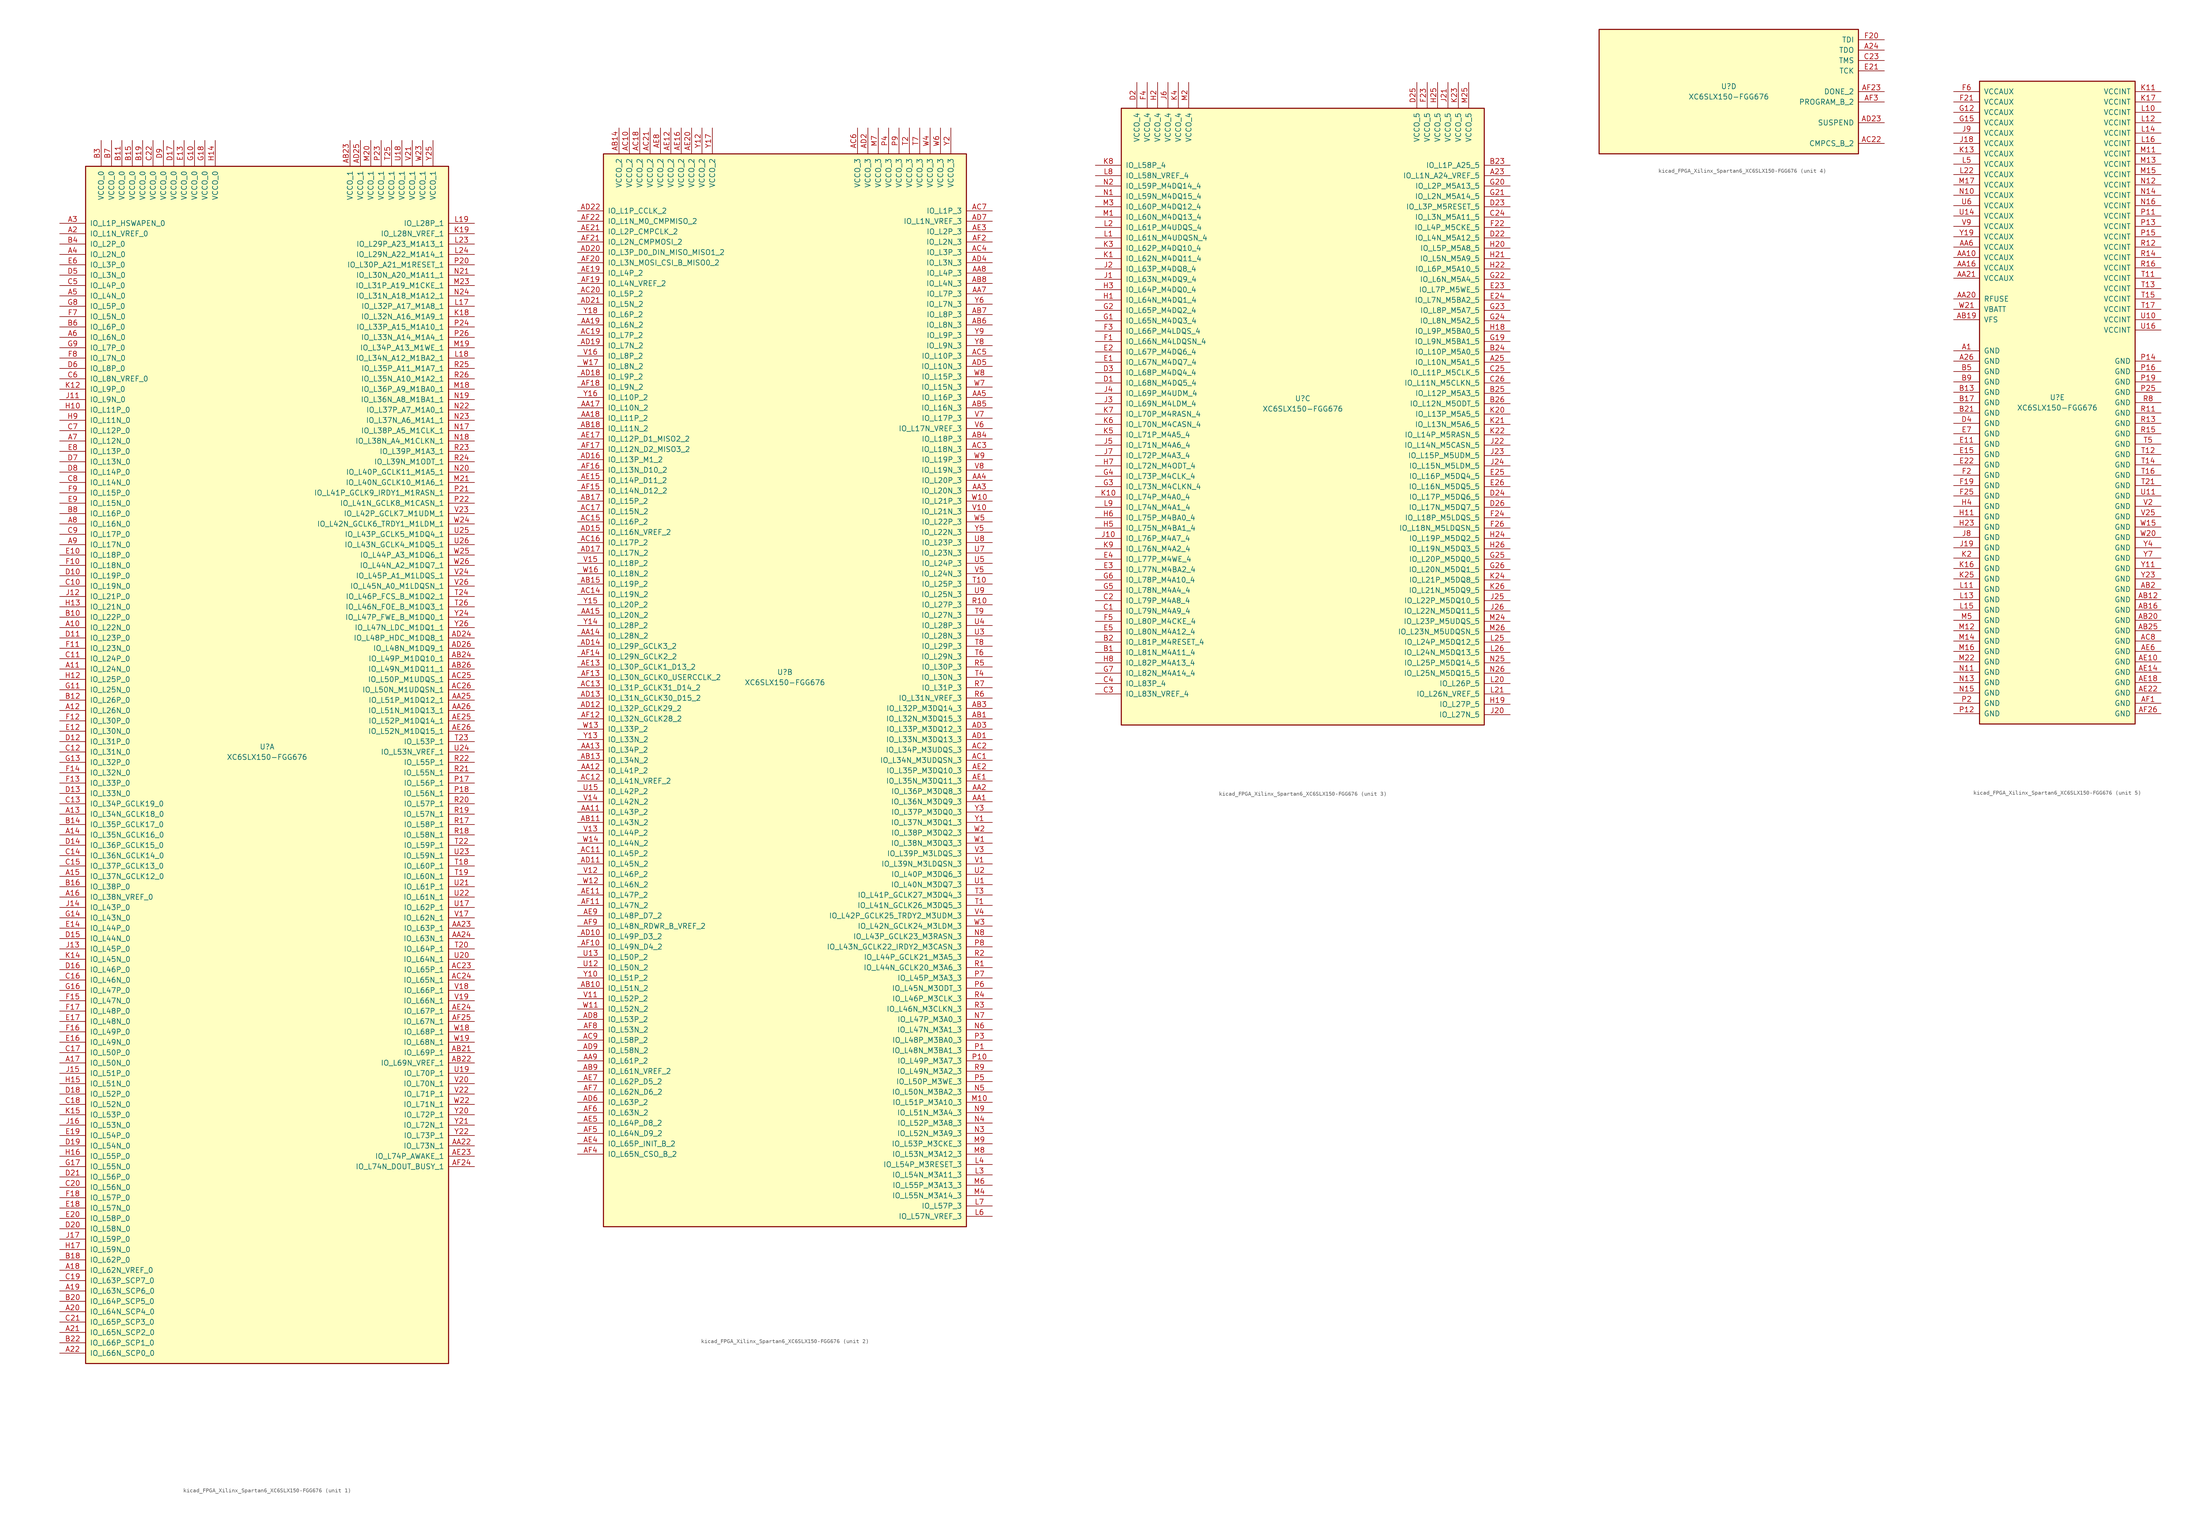
<source format=kicad_sym>
(kicad_symbol_lib
  (version 20220914)
  (generator kicad_symbol_editor)
  (symbol "kicad_FPGA_Xilinx_Spartan6_XC6SLX150-FGG676"
    (pin_names
      (offset 1.016))
    (property "Reference" "U"
      (at 0 1.27 0)
      (effects (font (size 1.27 1.27))))
    (property "Value" "XC6SLX150-FGG676"
      (at 0 -1.27 0)
      (effects (font (size 1.27 1.27))))
    (property "Datasheet" ""
      (at 0 0 0)
      (effects (font (size 1.27 1.27))))
    (property "ki_locked" ""
      (at 0 0 0)
      (effects (font (size 1.27 1.27))))
    (symbol "kicad_FPGA_Xilinx_Spartan6_XC6SLX150-FGG676_1_1"
      (rectangle (start -44.45 143.51) (end 44.45 -149.86) (stroke (width 0.254) (type default)) (fill (type background)))
      (pin bidirectional line (at -50.8 30.48 0) (length 6.35) (name "IO_L22N_0" (effects (font (size 1.27 1.27)))) (number "A10" (effects (font (size 1.27 1.27)))))
      (pin bidirectional line (at -50.8 20.32 0) (length 6.35) (name "IO_L24N_0" (effects (font (size 1.27 1.27)))) (number "A11" (effects (font (size 1.27 1.27)))))
      (pin bidirectional line (at -50.8 10.16 0) (length 6.35) (name "IO_L26N_0" (effects (font (size 1.27 1.27)))) (number "A12" (effects (font (size 1.27 1.27)))))
      (pin bidirectional line (at -50.8 -15.24 0) (length 6.35) (name "IO_L34N_GCLK18_0" (effects (font (size 1.27 1.27)))) (number "A13" (effects (font (size 1.27 1.27)))))
      (pin bidirectional line (at -50.8 -20.32 0) (length 6.35) (name "IO_L35N_GCLK16_0" (effects (font (size 1.27 1.27)))) (number "A14" (effects (font (size 1.27 1.27)))))
      (pin bidirectional line (at -50.8 -30.48 0) (length 6.35) (name "IO_L37N_GCLK12_0" (effects (font (size 1.27 1.27)))) (number "A15" (effects (font (size 1.27 1.27)))))
      (pin bidirectional line (at -50.8 -35.56 0) (length 6.35) (name "IO_L38N_VREF_0" (effects (font (size 1.27 1.27)))) (number "A16" (effects (font (size 1.27 1.27)))))
      (pin bidirectional line (at -50.8 -76.2 0) (length 6.35) (name "IO_L50N_0" (effects (font (size 1.27 1.27)))) (number "A17" (effects (font (size 1.27 1.27)))))
      (pin bidirectional line (at -50.8 -127 0) (length 6.35) (name "IO_L62N_VREF_0" (effects (font (size 1.27 1.27)))) (number "A18" (effects (font (size 1.27 1.27)))))
      (pin bidirectional line (at -50.8 -132.08 0) (length 6.35) (name "IO_L63N_SCP6_0" (effects (font (size 1.27 1.27)))) (number "A19" (effects (font (size 1.27 1.27)))))
      (pin bidirectional line (at -50.8 127 0) (length 6.35) (name "IO_L1N_VREF_0" (effects (font (size 1.27 1.27)))) (number "A2" (effects (font (size 1.27 1.27)))))
      (pin bidirectional line (at -50.8 -137.16 0) (length 6.35) (name "IO_L64N_SCP4_0" (effects (font (size 1.27 1.27)))) (number "A20" (effects (font (size 1.27 1.27)))))
      (pin bidirectional line (at -50.8 -142.24 0) (length 6.35) (name "IO_L65N_SCP2_0" (effects (font (size 1.27 1.27)))) (number "A21" (effects (font (size 1.27 1.27)))))
      (pin bidirectional line (at -50.8 -147.32 0) (length 6.35) (name "IO_L66N_SCP0_0" (effects (font (size 1.27 1.27)))) (number "A22" (effects (font (size 1.27 1.27)))))
      (pin bidirectional line (at -50.8 129.54 0) (length 6.35) (name "IO_L1P_HSWAPEN_0" (effects (font (size 1.27 1.27)))) (number "A3" (effects (font (size 1.27 1.27)))))
      (pin bidirectional line (at -50.8 121.92 0) (length 6.35) (name "IO_L2N_0" (effects (font (size 1.27 1.27)))) (number "A4" (effects (font (size 1.27 1.27)))))
      (pin bidirectional line (at -50.8 111.76 0) (length 6.35) (name "IO_L4N_0" (effects (font (size 1.27 1.27)))) (number "A5" (effects (font (size 1.27 1.27)))))
      (pin bidirectional line (at -50.8 101.6 0) (length 6.35) (name "IO_L6N_0" (effects (font (size 1.27 1.27)))) (number "A6" (effects (font (size 1.27 1.27)))))
      (pin bidirectional line (at -50.8 76.2 0) (length 6.35) (name "IO_L12N_0" (effects (font (size 1.27 1.27)))) (number "A7" (effects (font (size 1.27 1.27)))))
      (pin bidirectional line (at -50.8 55.88 0) (length 6.35) (name "IO_L16N_0" (effects (font (size 1.27 1.27)))) (number "A8" (effects (font (size 1.27 1.27)))))
      (pin bidirectional line (at -50.8 50.8 0) (length 6.35) (name "IO_L17N_0" (effects (font (size 1.27 1.27)))) (number "A9" (effects (font (size 1.27 1.27)))))
      (pin bidirectional line (at 50.8 -96.52 180) (length 6.35) (name "IO_L73N_1" (effects (font (size 1.27 1.27)))) (number "AA22" (effects (font (size 1.27 1.27)))))
      (pin bidirectional line (at 50.8 -43.18 180) (length 6.35) (name "IO_L63P_1" (effects (font (size 1.27 1.27)))) (number "AA23" (effects (font (size 1.27 1.27)))))
      (pin bidirectional line (at 50.8 -45.72 180) (length 6.35) (name "IO_L63N_1" (effects (font (size 1.27 1.27)))) (number "AA24" (effects (font (size 1.27 1.27)))))
      (pin bidirectional line (at 50.8 12.7 180) (length 6.35) (name "IO_L51P_M1DQ12_1" (effects (font (size 1.27 1.27)))) (number "AA25" (effects (font (size 1.27 1.27)))))
      (pin bidirectional line (at 50.8 10.16 180) (length 6.35) (name "IO_L51N_M1DQ13_1" (effects (font (size 1.27 1.27)))) (number "AA26" (effects (font (size 1.27 1.27)))))
      (pin bidirectional line (at 50.8 -73.66 180) (length 6.35) (name "IO_L69P_1" (effects (font (size 1.27 1.27)))) (number "AB21" (effects (font (size 1.27 1.27)))))
      (pin bidirectional line (at 50.8 -76.2 180) (length 6.35) (name "IO_L69N_VREF_1" (effects (font (size 1.27 1.27)))) (number "AB22" (effects (font (size 1.27 1.27)))))
      (pin power_in line (at 20.32 149.86 270) (length 6.35) (name "VCCO_1" (effects (font (size 1.27 1.27)))) (number "AB23" (effects (font (size 1.27 1.27)))))
      (pin bidirectional line (at 50.8 22.86 180) (length 6.35) (name "IO_L49P_M1DQ10_1" (effects (font (size 1.27 1.27)))) (number "AB24" (effects (font (size 1.27 1.27)))))
      (pin bidirectional line (at 50.8 20.32 180) (length 6.35) (name "IO_L49N_M1DQ11_1" (effects (font (size 1.27 1.27)))) (number "AB26" (effects (font (size 1.27 1.27)))))
      (pin bidirectional line (at 50.8 -53.34 180) (length 6.35) (name "IO_L65P_1" (effects (font (size 1.27 1.27)))) (number "AC23" (effects (font (size 1.27 1.27)))))
      (pin bidirectional line (at 50.8 -55.88 180) (length 6.35) (name "IO_L65N_1" (effects (font (size 1.27 1.27)))) (number "AC24" (effects (font (size 1.27 1.27)))))
      (pin bidirectional line (at 50.8 17.78 180) (length 6.35) (name "IO_L50P_M1UDQS_1" (effects (font (size 1.27 1.27)))) (number "AC25" (effects (font (size 1.27 1.27)))))
      (pin bidirectional line (at 50.8 15.24 180) (length 6.35) (name "IO_L50N_M1UDQSN_1" (effects (font (size 1.27 1.27)))) (number "AC26" (effects (font (size 1.27 1.27)))))
      (pin bidirectional line (at 50.8 27.94 180) (length 6.35) (name "IO_L48P_HDC_M1DQ8_1" (effects (font (size 1.27 1.27)))) (number "AD24" (effects (font (size 1.27 1.27)))))
      (pin power_in line (at 22.86 149.86 270) (length 6.35) (name "VCCO_1" (effects (font (size 1.27 1.27)))) (number "AD25" (effects (font (size 1.27 1.27)))))
      (pin bidirectional line (at 50.8 25.4 180) (length 6.35) (name "IO_L48N_M1DQ9_1" (effects (font (size 1.27 1.27)))) (number "AD26" (effects (font (size 1.27 1.27)))))
      (pin bidirectional line (at 50.8 -99.06 180) (length 6.35) (name "IO_L74P_AWAKE_1" (effects (font (size 1.27 1.27)))) (number "AE23" (effects (font (size 1.27 1.27)))))
      (pin bidirectional line (at 50.8 -63.5 180) (length 6.35) (name "IO_L67P_1" (effects (font (size 1.27 1.27)))) (number "AE24" (effects (font (size 1.27 1.27)))))
      (pin bidirectional line (at 50.8 7.62 180) (length 6.35) (name "IO_L52P_M1DQ14_1" (effects (font (size 1.27 1.27)))) (number "AE25" (effects (font (size 1.27 1.27)))))
      (pin bidirectional line (at 50.8 5.08 180) (length 6.35) (name "IO_L52N_M1DQ15_1" (effects (font (size 1.27 1.27)))) (number "AE26" (effects (font (size 1.27 1.27)))))
      (pin bidirectional line (at 50.8 -101.6 180) (length 6.35) (name "IO_L74N_DOUT_BUSY_1" (effects (font (size 1.27 1.27)))) (number "AF24" (effects (font (size 1.27 1.27)))))
      (pin bidirectional line (at 50.8 -66.04 180) (length 6.35) (name "IO_L67N_1" (effects (font (size 1.27 1.27)))) (number "AF25" (effects (font (size 1.27 1.27)))))
      (pin bidirectional line (at -50.8 33.02 0) (length 6.35) (name "IO_L22P_0" (effects (font (size 1.27 1.27)))) (number "B10" (effects (font (size 1.27 1.27)))))
      (pin power_in line (at -35.56 149.86 270) (length 6.35) (name "VCCO_0" (effects (font (size 1.27 1.27)))) (number "B11" (effects (font (size 1.27 1.27)))))
      (pin bidirectional line (at -50.8 12.7 0) (length 6.35) (name "IO_L26P_0" (effects (font (size 1.27 1.27)))) (number "B12" (effects (font (size 1.27 1.27)))))
      (pin bidirectional line (at -50.8 -17.78 0) (length 6.35) (name "IO_L35P_GCLK17_0" (effects (font (size 1.27 1.27)))) (number "B14" (effects (font (size 1.27 1.27)))))
      (pin power_in line (at -33.02 149.86 270) (length 6.35) (name "VCCO_0" (effects (font (size 1.27 1.27)))) (number "B15" (effects (font (size 1.27 1.27)))))
      (pin bidirectional line (at -50.8 -33.02 0) (length 6.35) (name "IO_L38P_0" (effects (font (size 1.27 1.27)))) (number "B16" (effects (font (size 1.27 1.27)))))
      (pin bidirectional line (at -50.8 -124.46 0) (length 6.35) (name "IO_L62P_0" (effects (font (size 1.27 1.27)))) (number "B18" (effects (font (size 1.27 1.27)))))
      (pin power_in line (at -30.48 149.86 270) (length 6.35) (name "VCCO_0" (effects (font (size 1.27 1.27)))) (number "B19" (effects (font (size 1.27 1.27)))))
      (pin bidirectional line (at -50.8 -134.62 0) (length 6.35) (name "IO_L64P_SCP5_0" (effects (font (size 1.27 1.27)))) (number "B20" (effects (font (size 1.27 1.27)))))
      (pin bidirectional line (at -50.8 -144.78 0) (length 6.35) (name "IO_L66P_SCP1_0" (effects (font (size 1.27 1.27)))) (number "B22" (effects (font (size 1.27 1.27)))))
      (pin power_in line (at -40.64 149.86 270) (length 6.35) (name "VCCO_0" (effects (font (size 1.27 1.27)))) (number "B3" (effects (font (size 1.27 1.27)))))
      (pin bidirectional line (at -50.8 124.46 0) (length 6.35) (name "IO_L2P_0" (effects (font (size 1.27 1.27)))) (number "B4" (effects (font (size 1.27 1.27)))))
      (pin bidirectional line (at -50.8 104.14 0) (length 6.35) (name "IO_L6P_0" (effects (font (size 1.27 1.27)))) (number "B6" (effects (font (size 1.27 1.27)))))
      (pin power_in line (at -38.1 149.86 270) (length 6.35) (name "VCCO_0" (effects (font (size 1.27 1.27)))) (number "B7" (effects (font (size 1.27 1.27)))))
      (pin bidirectional line (at -50.8 58.42 0) (length 6.35) (name "IO_L16P_0" (effects (font (size 1.27 1.27)))) (number "B8" (effects (font (size 1.27 1.27)))))
      (pin bidirectional line (at -50.8 40.64 0) (length 6.35) (name "IO_L19N_0" (effects (font (size 1.27 1.27)))) (number "C10" (effects (font (size 1.27 1.27)))))
      (pin bidirectional line (at -50.8 22.86 0) (length 6.35) (name "IO_L24P_0" (effects (font (size 1.27 1.27)))) (number "C11" (effects (font (size 1.27 1.27)))))
      (pin bidirectional line (at -50.8 0 0) (length 6.35) (name "IO_L31N_0" (effects (font (size 1.27 1.27)))) (number "C12" (effects (font (size 1.27 1.27)))))
      (pin bidirectional line (at -50.8 -12.7 0) (length 6.35) (name "IO_L34P_GCLK19_0" (effects (font (size 1.27 1.27)))) (number "C13" (effects (font (size 1.27 1.27)))))
      (pin bidirectional line (at -50.8 -25.4 0) (length 6.35) (name "IO_L36N_GCLK14_0" (effects (font (size 1.27 1.27)))) (number "C14" (effects (font (size 1.27 1.27)))))
      (pin bidirectional line (at -50.8 -27.94 0) (length 6.35) (name "IO_L37P_GCLK13_0" (effects (font (size 1.27 1.27)))) (number "C15" (effects (font (size 1.27 1.27)))))
      (pin bidirectional line (at -50.8 -55.88 0) (length 6.35) (name "IO_L46N_0" (effects (font (size 1.27 1.27)))) (number "C16" (effects (font (size 1.27 1.27)))))
      (pin bidirectional line (at -50.8 -73.66 0) (length 6.35) (name "IO_L50P_0" (effects (font (size 1.27 1.27)))) (number "C17" (effects (font (size 1.27 1.27)))))
      (pin bidirectional line (at -50.8 -86.36 0) (length 6.35) (name "IO_L52N_0" (effects (font (size 1.27 1.27)))) (number "C18" (effects (font (size 1.27 1.27)))))
      (pin bidirectional line (at -50.8 -129.54 0) (length 6.35) (name "IO_L63P_SCP7_0" (effects (font (size 1.27 1.27)))) (number "C19" (effects (font (size 1.27 1.27)))))
      (pin bidirectional line (at -50.8 -106.68 0) (length 6.35) (name "IO_L56N_0" (effects (font (size 1.27 1.27)))) (number "C20" (effects (font (size 1.27 1.27)))))
      (pin bidirectional line (at -50.8 -139.7 0) (length 6.35) (name "IO_L65P_SCP3_0" (effects (font (size 1.27 1.27)))) (number "C21" (effects (font (size 1.27 1.27)))))
      (pin power_in line (at -27.94 149.86 270) (length 6.35) (name "VCCO_0" (effects (font (size 1.27 1.27)))) (number "C22" (effects (font (size 1.27 1.27)))))
      (pin bidirectional line (at -50.8 114.3 0) (length 6.35) (name "IO_L4P_0" (effects (font (size 1.27 1.27)))) (number "C5" (effects (font (size 1.27 1.27)))))
      (pin bidirectional line (at -50.8 91.44 0) (length 6.35) (name "IO_L8N_VREF_0" (effects (font (size 1.27 1.27)))) (number "C6" (effects (font (size 1.27 1.27)))))
      (pin bidirectional line (at -50.8 78.74 0) (length 6.35) (name "IO_L12P_0" (effects (font (size 1.27 1.27)))) (number "C7" (effects (font (size 1.27 1.27)))))
      (pin bidirectional line (at -50.8 66.04 0) (length 6.35) (name "IO_L14N_0" (effects (font (size 1.27 1.27)))) (number "C8" (effects (font (size 1.27 1.27)))))
      (pin bidirectional line (at -50.8 53.34 0) (length 6.35) (name "IO_L17P_0" (effects (font (size 1.27 1.27)))) (number "C9" (effects (font (size 1.27 1.27)))))
      (pin bidirectional line (at -50.8 43.18 0) (length 6.35) (name "IO_L19P_0" (effects (font (size 1.27 1.27)))) (number "D10" (effects (font (size 1.27 1.27)))))
      (pin bidirectional line (at -50.8 27.94 0) (length 6.35) (name "IO_L23P_0" (effects (font (size 1.27 1.27)))) (number "D11" (effects (font (size 1.27 1.27)))))
      (pin bidirectional line (at -50.8 2.54 0) (length 6.35) (name "IO_L31P_0" (effects (font (size 1.27 1.27)))) (number "D12" (effects (font (size 1.27 1.27)))))
      (pin bidirectional line (at -50.8 -10.16 0) (length 6.35) (name "IO_L33N_0" (effects (font (size 1.27 1.27)))) (number "D13" (effects (font (size 1.27 1.27)))))
      (pin bidirectional line (at -50.8 -22.86 0) (length 6.35) (name "IO_L36P_GCLK15_0" (effects (font (size 1.27 1.27)))) (number "D14" (effects (font (size 1.27 1.27)))))
      (pin bidirectional line (at -50.8 -45.72 0) (length 6.35) (name "IO_L44N_0" (effects (font (size 1.27 1.27)))) (number "D15" (effects (font (size 1.27 1.27)))))
      (pin bidirectional line (at -50.8 -53.34 0) (length 6.35) (name "IO_L46P_0" (effects (font (size 1.27 1.27)))) (number "D16" (effects (font (size 1.27 1.27)))))
      (pin power_in line (at -22.86 149.86 270) (length 6.35) (name "VCCO_0" (effects (font (size 1.27 1.27)))) (number "D17" (effects (font (size 1.27 1.27)))))
      (pin bidirectional line (at -50.8 -83.82 0) (length 6.35) (name "IO_L52P_0" (effects (font (size 1.27 1.27)))) (number "D18" (effects (font (size 1.27 1.27)))))
      (pin bidirectional line (at -50.8 -96.52 0) (length 6.35) (name "IO_L54N_0" (effects (font (size 1.27 1.27)))) (number "D19" (effects (font (size 1.27 1.27)))))
      (pin bidirectional line (at -50.8 -116.84 0) (length 6.35) (name "IO_L58N_0" (effects (font (size 1.27 1.27)))) (number "D20" (effects (font (size 1.27 1.27)))))
      (pin bidirectional line (at -50.8 -104.14 0) (length 6.35) (name "IO_L56P_0" (effects (font (size 1.27 1.27)))) (number "D21" (effects (font (size 1.27 1.27)))))
      (pin bidirectional line (at -50.8 116.84 0) (length 6.35) (name "IO_L3N_0" (effects (font (size 1.27 1.27)))) (number "D5" (effects (font (size 1.27 1.27)))))
      (pin bidirectional line (at -50.8 93.98 0) (length 6.35) (name "IO_L8P_0" (effects (font (size 1.27 1.27)))) (number "D6" (effects (font (size 1.27 1.27)))))
      (pin bidirectional line (at -50.8 71.12 0) (length 6.35) (name "IO_L13N_0" (effects (font (size 1.27 1.27)))) (number "D7" (effects (font (size 1.27 1.27)))))
      (pin bidirectional line (at -50.8 68.58 0) (length 6.35) (name "IO_L14P_0" (effects (font (size 1.27 1.27)))) (number "D8" (effects (font (size 1.27 1.27)))))
      (pin power_in line (at -25.4 149.86 270) (length 6.35) (name "VCCO_0" (effects (font (size 1.27 1.27)))) (number "D9" (effects (font (size 1.27 1.27)))))
      (pin bidirectional line (at -50.8 48.26 0) (length 6.35) (name "IO_L18P_0" (effects (font (size 1.27 1.27)))) (number "E10" (effects (font (size 1.27 1.27)))))
      (pin bidirectional line (at -50.8 5.08 0) (length 6.35) (name "IO_L30N_0" (effects (font (size 1.27 1.27)))) (number "E12" (effects (font (size 1.27 1.27)))))
      (pin power_in line (at -20.32 149.86 270) (length 6.35) (name "VCCO_0" (effects (font (size 1.27 1.27)))) (number "E13" (effects (font (size 1.27 1.27)))))
      (pin bidirectional line (at -50.8 -43.18 0) (length 6.35) (name "IO_L44P_0" (effects (font (size 1.27 1.27)))) (number "E14" (effects (font (size 1.27 1.27)))))
      (pin bidirectional line (at -50.8 -71.12 0) (length 6.35) (name "IO_L49N_0" (effects (font (size 1.27 1.27)))) (number "E16" (effects (font (size 1.27 1.27)))))
      (pin bidirectional line (at -50.8 -66.04 0) (length 6.35) (name "IO_L48N_0" (effects (font (size 1.27 1.27)))) (number "E17" (effects (font (size 1.27 1.27)))))
      (pin bidirectional line (at -50.8 -111.76 0) (length 6.35) (name "IO_L57N_0" (effects (font (size 1.27 1.27)))) (number "E18" (effects (font (size 1.27 1.27)))))
      (pin bidirectional line (at -50.8 -93.98 0) (length 6.35) (name "IO_L54P_0" (effects (font (size 1.27 1.27)))) (number "E19" (effects (font (size 1.27 1.27)))))
      (pin bidirectional line (at -50.8 -114.3 0) (length 6.35) (name "IO_L58P_0" (effects (font (size 1.27 1.27)))) (number "E20" (effects (font (size 1.27 1.27)))))
      (pin bidirectional line (at -50.8 119.38 0) (length 6.35) (name "IO_L3P_0" (effects (font (size 1.27 1.27)))) (number "E6" (effects (font (size 1.27 1.27)))))
      (pin bidirectional line (at -50.8 73.66 0) (length 6.35) (name "IO_L13P_0" (effects (font (size 1.27 1.27)))) (number "E8" (effects (font (size 1.27 1.27)))))
      (pin bidirectional line (at -50.8 60.96 0) (length 6.35) (name "IO_L15N_0" (effects (font (size 1.27 1.27)))) (number "E9" (effects (font (size 1.27 1.27)))))
      (pin bidirectional line (at -50.8 45.72 0) (length 6.35) (name "IO_L18N_0" (effects (font (size 1.27 1.27)))) (number "F10" (effects (font (size 1.27 1.27)))))
      (pin bidirectional line (at -50.8 25.4 0) (length 6.35) (name "IO_L23N_0" (effects (font (size 1.27 1.27)))) (number "F11" (effects (font (size 1.27 1.27)))))
      (pin bidirectional line (at -50.8 7.62 0) (length 6.35) (name "IO_L30P_0" (effects (font (size 1.27 1.27)))) (number "F12" (effects (font (size 1.27 1.27)))))
      (pin bidirectional line (at -50.8 -7.62 0) (length 6.35) (name "IO_L33P_0" (effects (font (size 1.27 1.27)))) (number "F13" (effects (font (size 1.27 1.27)))))
      (pin bidirectional line (at -50.8 -5.08 0) (length 6.35) (name "IO_L32N_0" (effects (font (size 1.27 1.27)))) (number "F14" (effects (font (size 1.27 1.27)))))
      (pin bidirectional line (at -50.8 -60.96 0) (length 6.35) (name "IO_L47N_0" (effects (font (size 1.27 1.27)))) (number "F15" (effects (font (size 1.27 1.27)))))
      (pin bidirectional line (at -50.8 -68.58 0) (length 6.35) (name "IO_L49P_0" (effects (font (size 1.27 1.27)))) (number "F16" (effects (font (size 1.27 1.27)))))
      (pin bidirectional line (at -50.8 -63.5 0) (length 6.35) (name "IO_L48P_0" (effects (font (size 1.27 1.27)))) (number "F17" (effects (font (size 1.27 1.27)))))
      (pin bidirectional line (at -50.8 -109.22 0) (length 6.35) (name "IO_L57P_0" (effects (font (size 1.27 1.27)))) (number "F18" (effects (font (size 1.27 1.27)))))
      (pin bidirectional line (at -50.8 106.68 0) (length 6.35) (name "IO_L5N_0" (effects (font (size 1.27 1.27)))) (number "F7" (effects (font (size 1.27 1.27)))))
      (pin bidirectional line (at -50.8 96.52 0) (length 6.35) (name "IO_L7N_0" (effects (font (size 1.27 1.27)))) (number "F8" (effects (font (size 1.27 1.27)))))
      (pin bidirectional line (at -50.8 63.5 0) (length 6.35) (name "IO_L15P_0" (effects (font (size 1.27 1.27)))) (number "F9" (effects (font (size 1.27 1.27)))))
      (pin power_in line (at -17.78 149.86 270) (length 6.35) (name "VCCO_0" (effects (font (size 1.27 1.27)))) (number "G10" (effects (font (size 1.27 1.27)))))
      (pin bidirectional line (at -50.8 15.24 0) (length 6.35) (name "IO_L25N_0" (effects (font (size 1.27 1.27)))) (number "G11" (effects (font (size 1.27 1.27)))))
      (pin bidirectional line (at -50.8 -2.54 0) (length 6.35) (name "IO_L32P_0" (effects (font (size 1.27 1.27)))) (number "G13" (effects (font (size 1.27 1.27)))))
      (pin bidirectional line (at -50.8 -40.64 0) (length 6.35) (name "IO_L43N_0" (effects (font (size 1.27 1.27)))) (number "G14" (effects (font (size 1.27 1.27)))))
      (pin bidirectional line (at -50.8 -58.42 0) (length 6.35) (name "IO_L47P_0" (effects (font (size 1.27 1.27)))) (number "G16" (effects (font (size 1.27 1.27)))))
      (pin bidirectional line (at -50.8 -101.6 0) (length 6.35) (name "IO_L55N_0" (effects (font (size 1.27 1.27)))) (number "G17" (effects (font (size 1.27 1.27)))))
      (pin power_in line (at -15.24 149.86 270) (length 6.35) (name "VCCO_0" (effects (font (size 1.27 1.27)))) (number "G18" (effects (font (size 1.27 1.27)))))
      (pin bidirectional line (at -50.8 109.22 0) (length 6.35) (name "IO_L5P_0" (effects (font (size 1.27 1.27)))) (number "G8" (effects (font (size 1.27 1.27)))))
      (pin bidirectional line (at -50.8 99.06 0) (length 6.35) (name "IO_L7P_0" (effects (font (size 1.27 1.27)))) (number "G9" (effects (font (size 1.27 1.27)))))
      (pin bidirectional line (at -50.8 83.82 0) (length 6.35) (name "IO_L11P_0" (effects (font (size 1.27 1.27)))) (number "H10" (effects (font (size 1.27 1.27)))))
      (pin bidirectional line (at -50.8 17.78 0) (length 6.35) (name "IO_L25P_0" (effects (font (size 1.27 1.27)))) (number "H12" (effects (font (size 1.27 1.27)))))
      (pin bidirectional line (at -50.8 35.56 0) (length 6.35) (name "IO_L21N_0" (effects (font (size 1.27 1.27)))) (number "H13" (effects (font (size 1.27 1.27)))))
      (pin power_in line (at -12.7 149.86 270) (length 6.35) (name "VCCO_0" (effects (font (size 1.27 1.27)))) (number "H14" (effects (font (size 1.27 1.27)))))
      (pin bidirectional line (at -50.8 -81.28 0) (length 6.35) (name "IO_L51N_0" (effects (font (size 1.27 1.27)))) (number "H15" (effects (font (size 1.27 1.27)))))
      (pin bidirectional line (at -50.8 -99.06 0) (length 6.35) (name "IO_L55P_0" (effects (font (size 1.27 1.27)))) (number "H16" (effects (font (size 1.27 1.27)))))
      (pin bidirectional line (at -50.8 -121.92 0) (length 6.35) (name "IO_L59N_0" (effects (font (size 1.27 1.27)))) (number "H17" (effects (font (size 1.27 1.27)))))
      (pin bidirectional line (at -50.8 81.28 0) (length 6.35) (name "IO_L11N_0" (effects (font (size 1.27 1.27)))) (number "H9" (effects (font (size 1.27 1.27)))))
      (pin bidirectional line (at -50.8 86.36 0) (length 6.35) (name "IO_L9N_0" (effects (font (size 1.27 1.27)))) (number "J11" (effects (font (size 1.27 1.27)))))
      (pin bidirectional line (at -50.8 38.1 0) (length 6.35) (name "IO_L21P_0" (effects (font (size 1.27 1.27)))) (number "J12" (effects (font (size 1.27 1.27)))))
      (pin bidirectional line (at -50.8 -48.26 0) (length 6.35) (name "IO_L45P_0" (effects (font (size 1.27 1.27)))) (number "J13" (effects (font (size 1.27 1.27)))))
      (pin bidirectional line (at -50.8 -38.1 0) (length 6.35) (name "IO_L43P_0" (effects (font (size 1.27 1.27)))) (number "J14" (effects (font (size 1.27 1.27)))))
      (pin bidirectional line (at -50.8 -78.74 0) (length 6.35) (name "IO_L51P_0" (effects (font (size 1.27 1.27)))) (number "J15" (effects (font (size 1.27 1.27)))))
      (pin bidirectional line (at -50.8 -91.44 0) (length 6.35) (name "IO_L53N_0" (effects (font (size 1.27 1.27)))) (number "J16" (effects (font (size 1.27 1.27)))))
      (pin bidirectional line (at -50.8 -119.38 0) (length 6.35) (name "IO_L59P_0" (effects (font (size 1.27 1.27)))) (number "J17" (effects (font (size 1.27 1.27)))))
      (pin bidirectional line (at -50.8 88.9 0) (length 6.35) (name "IO_L9P_0" (effects (font (size 1.27 1.27)))) (number "K12" (effects (font (size 1.27 1.27)))))
      (pin bidirectional line (at -50.8 -50.8 0) (length 6.35) (name "IO_L45N_0" (effects (font (size 1.27 1.27)))) (number "K14" (effects (font (size 1.27 1.27)))))
      (pin bidirectional line (at -50.8 -88.9 0) (length 6.35) (name "IO_L53P_0" (effects (font (size 1.27 1.27)))) (number "K15" (effects (font (size 1.27 1.27)))))
      (pin bidirectional line (at 50.8 106.68 180) (length 6.35) (name "IO_L32N_A16_M1A9_1" (effects (font (size 1.27 1.27)))) (number "K18" (effects (font (size 1.27 1.27)))))
      (pin bidirectional line (at 50.8 127 180) (length 6.35) (name "IO_L28N_VREF_1" (effects (font (size 1.27 1.27)))) (number "K19" (effects (font (size 1.27 1.27)))))
      (pin bidirectional line (at 50.8 109.22 180) (length 6.35) (name "IO_L32P_A17_M1A8_1" (effects (font (size 1.27 1.27)))) (number "L17" (effects (font (size 1.27 1.27)))))
      (pin bidirectional line (at 50.8 96.52 180) (length 6.35) (name "IO_L34N_A12_M1BA2_1" (effects (font (size 1.27 1.27)))) (number "L18" (effects (font (size 1.27 1.27)))))
      (pin bidirectional line (at 50.8 129.54 180) (length 6.35) (name "IO_L28P_1" (effects (font (size 1.27 1.27)))) (number "L19" (effects (font (size 1.27 1.27)))))
      (pin bidirectional line (at 50.8 124.46 180) (length 6.35) (name "IO_L29P_A23_M1A13_1" (effects (font (size 1.27 1.27)))) (number "L23" (effects (font (size 1.27 1.27)))))
      (pin bidirectional line (at 50.8 121.92 180) (length 6.35) (name "IO_L29N_A22_M1A14_1" (effects (font (size 1.27 1.27)))) (number "L24" (effects (font (size 1.27 1.27)))))
      (pin bidirectional line (at 50.8 88.9 180) (length 6.35) (name "IO_L36P_A9_M1BA0_1" (effects (font (size 1.27 1.27)))) (number "M18" (effects (font (size 1.27 1.27)))))
      (pin bidirectional line (at 50.8 99.06 180) (length 6.35) (name "IO_L34P_A13_M1WE_1" (effects (font (size 1.27 1.27)))) (number "M19" (effects (font (size 1.27 1.27)))))
      (pin power_in line (at 25.4 149.86 270) (length 6.35) (name "VCCO_1" (effects (font (size 1.27 1.27)))) (number "M20" (effects (font (size 1.27 1.27)))))
      (pin bidirectional line (at 50.8 66.04 180) (length 6.35) (name "IO_L40N_GCLK10_M1A6_1" (effects (font (size 1.27 1.27)))) (number "M21" (effects (font (size 1.27 1.27)))))
      (pin bidirectional line (at 50.8 114.3 180) (length 6.35) (name "IO_L31P_A19_M1CKE_1" (effects (font (size 1.27 1.27)))) (number "M23" (effects (font (size 1.27 1.27)))))
      (pin bidirectional line (at 50.8 78.74 180) (length 6.35) (name "IO_L38P_A5_M1CLK_1" (effects (font (size 1.27 1.27)))) (number "N17" (effects (font (size 1.27 1.27)))))
      (pin bidirectional line (at 50.8 76.2 180) (length 6.35) (name "IO_L38N_A4_M1CLKN_1" (effects (font (size 1.27 1.27)))) (number "N18" (effects (font (size 1.27 1.27)))))
      (pin bidirectional line (at 50.8 86.36 180) (length 6.35) (name "IO_L36N_A8_M1BA1_1" (effects (font (size 1.27 1.27)))) (number "N19" (effects (font (size 1.27 1.27)))))
      (pin bidirectional line (at 50.8 68.58 180) (length 6.35) (name "IO_L40P_GCLK11_M1A5_1" (effects (font (size 1.27 1.27)))) (number "N20" (effects (font (size 1.27 1.27)))))
      (pin bidirectional line (at 50.8 116.84 180) (length 6.35) (name "IO_L30N_A20_M1A11_1" (effects (font (size 1.27 1.27)))) (number "N21" (effects (font (size 1.27 1.27)))))
      (pin bidirectional line (at 50.8 83.82 180) (length 6.35) (name "IO_L37P_A7_M1A0_1" (effects (font (size 1.27 1.27)))) (number "N22" (effects (font (size 1.27 1.27)))))
      (pin bidirectional line (at 50.8 81.28 180) (length 6.35) (name "IO_L37N_A6_M1A1_1" (effects (font (size 1.27 1.27)))) (number "N23" (effects (font (size 1.27 1.27)))))
      (pin bidirectional line (at 50.8 111.76 180) (length 6.35) (name "IO_L31N_A18_M1A12_1" (effects (font (size 1.27 1.27)))) (number "N24" (effects (font (size 1.27 1.27)))))
      (pin bidirectional line (at 50.8 -7.62 180) (length 6.35) (name "IO_L56P_1" (effects (font (size 1.27 1.27)))) (number "P17" (effects (font (size 1.27 1.27)))))
      (pin bidirectional line (at 50.8 -10.16 180) (length 6.35) (name "IO_L56N_1" (effects (font (size 1.27 1.27)))) (number "P18" (effects (font (size 1.27 1.27)))))
      (pin bidirectional line (at 50.8 119.38 180) (length 6.35) (name "IO_L30P_A21_M1RESET_1" (effects (font (size 1.27 1.27)))) (number "P20" (effects (font (size 1.27 1.27)))))
      (pin bidirectional line (at 50.8 63.5 180) (length 6.35) (name "IO_L41P_GCLK9_IRDY1_M1RASN_1" (effects (font (size 1.27 1.27)))) (number "P21" (effects (font (size 1.27 1.27)))))
      (pin bidirectional line (at 50.8 60.96 180) (length 6.35) (name "IO_L41N_GCLK8_M1CASN_1" (effects (font (size 1.27 1.27)))) (number "P22" (effects (font (size 1.27 1.27)))))
      (pin power_in line (at 27.94 149.86 270) (length 6.35) (name "VCCO_1" (effects (font (size 1.27 1.27)))) (number "P23" (effects (font (size 1.27 1.27)))))
      (pin bidirectional line (at 50.8 104.14 180) (length 6.35) (name "IO_L33P_A15_M1A10_1" (effects (font (size 1.27 1.27)))) (number "P24" (effects (font (size 1.27 1.27)))))
      (pin bidirectional line (at 50.8 101.6 180) (length 6.35) (name "IO_L33N_A14_M1A4_1" (effects (font (size 1.27 1.27)))) (number "P26" (effects (font (size 1.27 1.27)))))
      (pin bidirectional line (at 50.8 -17.78 180) (length 6.35) (name "IO_L58P_1" (effects (font (size 1.27 1.27)))) (number "R17" (effects (font (size 1.27 1.27)))))
      (pin bidirectional line (at 50.8 -20.32 180) (length 6.35) (name "IO_L58N_1" (effects (font (size 1.27 1.27)))) (number "R18" (effects (font (size 1.27 1.27)))))
      (pin bidirectional line (at 50.8 -15.24 180) (length 6.35) (name "IO_L57N_1" (effects (font (size 1.27 1.27)))) (number "R19" (effects (font (size 1.27 1.27)))))
      (pin bidirectional line (at 50.8 -12.7 180) (length 6.35) (name "IO_L57P_1" (effects (font (size 1.27 1.27)))) (number "R20" (effects (font (size 1.27 1.27)))))
      (pin bidirectional line (at 50.8 -5.08 180) (length 6.35) (name "IO_L55N_1" (effects (font (size 1.27 1.27)))) (number "R21" (effects (font (size 1.27 1.27)))))
      (pin bidirectional line (at 50.8 -2.54 180) (length 6.35) (name "IO_L55P_1" (effects (font (size 1.27 1.27)))) (number "R22" (effects (font (size 1.27 1.27)))))
      (pin bidirectional line (at 50.8 73.66 180) (length 6.35) (name "IO_L39P_M1A3_1" (effects (font (size 1.27 1.27)))) (number "R23" (effects (font (size 1.27 1.27)))))
      (pin bidirectional line (at 50.8 71.12 180) (length 6.35) (name "IO_L39N_M1ODT_1" (effects (font (size 1.27 1.27)))) (number "R24" (effects (font (size 1.27 1.27)))))
      (pin bidirectional line (at 50.8 93.98 180) (length 6.35) (name "IO_L35P_A11_M1A7_1" (effects (font (size 1.27 1.27)))) (number "R25" (effects (font (size 1.27 1.27)))))
      (pin bidirectional line (at 50.8 91.44 180) (length 6.35) (name "IO_L35N_A10_M1A2_1" (effects (font (size 1.27 1.27)))) (number "R26" (effects (font (size 1.27 1.27)))))
      (pin bidirectional line (at 50.8 -27.94 180) (length 6.35) (name "IO_L60P_1" (effects (font (size 1.27 1.27)))) (number "T18" (effects (font (size 1.27 1.27)))))
      (pin bidirectional line (at 50.8 -30.48 180) (length 6.35) (name "IO_L60N_1" (effects (font (size 1.27 1.27)))) (number "T19" (effects (font (size 1.27 1.27)))))
      (pin bidirectional line (at 50.8 -48.26 180) (length 6.35) (name "IO_L64P_1" (effects (font (size 1.27 1.27)))) (number "T20" (effects (font (size 1.27 1.27)))))
      (pin bidirectional line (at 50.8 -22.86 180) (length 6.35) (name "IO_L59P_1" (effects (font (size 1.27 1.27)))) (number "T22" (effects (font (size 1.27 1.27)))))
      (pin bidirectional line (at 50.8 2.54 180) (length 6.35) (name "IO_L53P_1" (effects (font (size 1.27 1.27)))) (number "T23" (effects (font (size 1.27 1.27)))))
      (pin bidirectional line (at 50.8 38.1 180) (length 6.35) (name "IO_L46P_FCS_B_M1DQ2_1" (effects (font (size 1.27 1.27)))) (number "T24" (effects (font (size 1.27 1.27)))))
      (pin power_in line (at 30.48 149.86 270) (length 6.35) (name "VCCO_1" (effects (font (size 1.27 1.27)))) (number "T25" (effects (font (size 1.27 1.27)))))
      (pin bidirectional line (at 50.8 35.56 180) (length 6.35) (name "IO_L46N_FOE_B_M1DQ3_1" (effects (font (size 1.27 1.27)))) (number "T26" (effects (font (size 1.27 1.27)))))
      (pin bidirectional line (at 50.8 -38.1 180) (length 6.35) (name "IO_L62P_1" (effects (font (size 1.27 1.27)))) (number "U17" (effects (font (size 1.27 1.27)))))
      (pin power_in line (at 33.02 149.86 270) (length 6.35) (name "VCCO_1" (effects (font (size 1.27 1.27)))) (number "U18" (effects (font (size 1.27 1.27)))))
      (pin bidirectional line (at 50.8 -78.74 180) (length 6.35) (name "IO_L70P_1" (effects (font (size 1.27 1.27)))) (number "U19" (effects (font (size 1.27 1.27)))))
      (pin bidirectional line (at 50.8 -50.8 180) (length 6.35) (name "IO_L64N_1" (effects (font (size 1.27 1.27)))) (number "U20" (effects (font (size 1.27 1.27)))))
      (pin bidirectional line (at 50.8 -33.02 180) (length 6.35) (name "IO_L61P_1" (effects (font (size 1.27 1.27)))) (number "U21" (effects (font (size 1.27 1.27)))))
      (pin bidirectional line (at 50.8 -35.56 180) (length 6.35) (name "IO_L61N_1" (effects (font (size 1.27 1.27)))) (number "U22" (effects (font (size 1.27 1.27)))))
      (pin bidirectional line (at 50.8 -25.4 180) (length 6.35) (name "IO_L59N_1" (effects (font (size 1.27 1.27)))) (number "U23" (effects (font (size 1.27 1.27)))))
      (pin bidirectional line (at 50.8 0 180) (length 6.35) (name "IO_L53N_VREF_1" (effects (font (size 1.27 1.27)))) (number "U24" (effects (font (size 1.27 1.27)))))
      (pin bidirectional line (at 50.8 53.34 180) (length 6.35) (name "IO_L43P_GCLK5_M1DQ4_1" (effects (font (size 1.27 1.27)))) (number "U25" (effects (font (size 1.27 1.27)))))
      (pin bidirectional line (at 50.8 50.8 180) (length 6.35) (name "IO_L43N_GCLK4_M1DQ5_1" (effects (font (size 1.27 1.27)))) (number "U26" (effects (font (size 1.27 1.27)))))
      (pin bidirectional line (at 50.8 -40.64 180) (length 6.35) (name "IO_L62N_1" (effects (font (size 1.27 1.27)))) (number "V17" (effects (font (size 1.27 1.27)))))
      (pin bidirectional line (at 50.8 -58.42 180) (length 6.35) (name "IO_L66P_1" (effects (font (size 1.27 1.27)))) (number "V18" (effects (font (size 1.27 1.27)))))
      (pin bidirectional line (at 50.8 -60.96 180) (length 6.35) (name "IO_L66N_1" (effects (font (size 1.27 1.27)))) (number "V19" (effects (font (size 1.27 1.27)))))
      (pin bidirectional line (at 50.8 -81.28 180) (length 6.35) (name "IO_L70N_1" (effects (font (size 1.27 1.27)))) (number "V20" (effects (font (size 1.27 1.27)))))
      (pin power_in line (at 35.56 149.86 270) (length 6.35) (name "VCCO_1" (effects (font (size 1.27 1.27)))) (number "V21" (effects (font (size 1.27 1.27)))))
      (pin bidirectional line (at 50.8 -83.82 180) (length 6.35) (name "IO_L71P_1" (effects (font (size 1.27 1.27)))) (number "V22" (effects (font (size 1.27 1.27)))))
      (pin bidirectional line (at 50.8 58.42 180) (length 6.35) (name "IO_L42P_GCLK7_M1UDM_1" (effects (font (size 1.27 1.27)))) (number "V23" (effects (font (size 1.27 1.27)))))
      (pin bidirectional line (at 50.8 43.18 180) (length 6.35) (name "IO_L45P_A1_M1LDQS_1" (effects (font (size 1.27 1.27)))) (number "V24" (effects (font (size 1.27 1.27)))))
      (pin bidirectional line (at 50.8 40.64 180) (length 6.35) (name "IO_L45N_A0_M1LDQSN_1" (effects (font (size 1.27 1.27)))) (number "V26" (effects (font (size 1.27 1.27)))))
      (pin bidirectional line (at 50.8 -68.58 180) (length 6.35) (name "IO_L68P_1" (effects (font (size 1.27 1.27)))) (number "W18" (effects (font (size 1.27 1.27)))))
      (pin bidirectional line (at 50.8 -71.12 180) (length 6.35) (name "IO_L68N_1" (effects (font (size 1.27 1.27)))) (number "W19" (effects (font (size 1.27 1.27)))))
      (pin bidirectional line (at 50.8 -86.36 180) (length 6.35) (name "IO_L71N_1" (effects (font (size 1.27 1.27)))) (number "W22" (effects (font (size 1.27 1.27)))))
      (pin power_in line (at 38.1 149.86 270) (length 6.35) (name "VCCO_1" (effects (font (size 1.27 1.27)))) (number "W23" (effects (font (size 1.27 1.27)))))
      (pin bidirectional line (at 50.8 55.88 180) (length 6.35) (name "IO_L42N_GCLK6_TRDY1_M1LDM_1" (effects (font (size 1.27 1.27)))) (number "W24" (effects (font (size 1.27 1.27)))))
      (pin bidirectional line (at 50.8 48.26 180) (length 6.35) (name "IO_L44P_A3_M1DQ6_1" (effects (font (size 1.27 1.27)))) (number "W25" (effects (font (size 1.27 1.27)))))
      (pin bidirectional line (at 50.8 45.72 180) (length 6.35) (name "IO_L44N_A2_M1DQ7_1" (effects (font (size 1.27 1.27)))) (number "W26" (effects (font (size 1.27 1.27)))))
      (pin bidirectional line (at 50.8 -88.9 180) (length 6.35) (name "IO_L72P_1" (effects (font (size 1.27 1.27)))) (number "Y20" (effects (font (size 1.27 1.27)))))
      (pin bidirectional line (at 50.8 -91.44 180) (length 6.35) (name "IO_L72N_1" (effects (font (size 1.27 1.27)))) (number "Y21" (effects (font (size 1.27 1.27)))))
      (pin bidirectional line (at 50.8 -93.98 180) (length 6.35) (name "IO_L73P_1" (effects (font (size 1.27 1.27)))) (number "Y22" (effects (font (size 1.27 1.27)))))
      (pin bidirectional line (at 50.8 33.02 180) (length 6.35) (name "IO_L47P_FWE_B_M1DQ0_1" (effects (font (size 1.27 1.27)))) (number "Y24" (effects (font (size 1.27 1.27)))))
      (pin power_in line (at 40.64 149.86 270) (length 6.35) (name "VCCO_1" (effects (font (size 1.27 1.27)))) (number "Y25" (effects (font (size 1.27 1.27)))))
      (pin bidirectional line (at 50.8 30.48 180) (length 6.35) (name "IO_L47N_LDC_M1DQ1_1" (effects (font (size 1.27 1.27)))) (number "Y26" (effects (font (size 1.27 1.27))))))
    (symbol "kicad_FPGA_Xilinx_Spartan6_XC6SLX150-FGG676_2_1"
      (rectangle (start -44.45 128.27) (end 44.45 -134.62) (stroke (width 0.254) (type default)) (fill (type background)))
      (pin bidirectional line (at 50.8 -30.48 180) (length 6.35) (name "IO_L36N_M3DQ9_3" (effects (font (size 1.27 1.27)))) (number "AA1" (effects (font (size 1.27 1.27)))))
      (pin bidirectional line (at -50.8 -33.02 0) (length 6.35) (name "IO_L43P_2" (effects (font (size 1.27 1.27)))) (number "AA11" (effects (font (size 1.27 1.27)))))
      (pin bidirectional line (at -50.8 -22.86 0) (length 6.35) (name "IO_L41P_2" (effects (font (size 1.27 1.27)))) (number "AA12" (effects (font (size 1.27 1.27)))))
      (pin bidirectional line (at -50.8 -17.78 0) (length 6.35) (name "IO_L34P_2" (effects (font (size 1.27 1.27)))) (number "AA13" (effects (font (size 1.27 1.27)))))
      (pin bidirectional line (at -50.8 10.16 0) (length 6.35) (name "IO_L28N_2" (effects (font (size 1.27 1.27)))) (number "AA14" (effects (font (size 1.27 1.27)))))
      (pin bidirectional line (at -50.8 15.24 0) (length 6.35) (name "IO_L20N_2" (effects (font (size 1.27 1.27)))) (number "AA15" (effects (font (size 1.27 1.27)))))
      (pin bidirectional line (at -50.8 66.04 0) (length 6.35) (name "IO_L10N_2" (effects (font (size 1.27 1.27)))) (number "AA17" (effects (font (size 1.27 1.27)))))
      (pin bidirectional line (at -50.8 63.5 0) (length 6.35) (name "IO_L11P_2" (effects (font (size 1.27 1.27)))) (number "AA18" (effects (font (size 1.27 1.27)))))
      (pin bidirectional line (at -50.8 86.36 0) (length 6.35) (name "IO_L6N_2" (effects (font (size 1.27 1.27)))) (number "AA19" (effects (font (size 1.27 1.27)))))
      (pin bidirectional line (at 50.8 -27.94 180) (length 6.35) (name "IO_L36P_M3DQ8_3" (effects (font (size 1.27 1.27)))) (number "AA2" (effects (font (size 1.27 1.27)))))
      (pin bidirectional line (at 50.8 45.72 180) (length 6.35) (name "IO_L20N_3" (effects (font (size 1.27 1.27)))) (number "AA3" (effects (font (size 1.27 1.27)))))
      (pin bidirectional line (at 50.8 48.26 180) (length 6.35) (name "IO_L20P_3" (effects (font (size 1.27 1.27)))) (number "AA4" (effects (font (size 1.27 1.27)))))
      (pin bidirectional line (at 50.8 68.58 180) (length 6.35) (name "IO_L16P_3" (effects (font (size 1.27 1.27)))) (number "AA5" (effects (font (size 1.27 1.27)))))
      (pin bidirectional line (at 50.8 93.98 180) (length 6.35) (name "IO_L7P_3" (effects (font (size 1.27 1.27)))) (number "AA7" (effects (font (size 1.27 1.27)))))
      (pin bidirectional line (at 50.8 99.06 180) (length 6.35) (name "IO_L4P_3" (effects (font (size 1.27 1.27)))) (number "AA8" (effects (font (size 1.27 1.27)))))
      (pin bidirectional line (at -50.8 -93.98 0) (length 6.35) (name "IO_L61P_2" (effects (font (size 1.27 1.27)))) (number "AA9" (effects (font (size 1.27 1.27)))))
      (pin bidirectional line (at 50.8 -10.16 180) (length 6.35) (name "IO_L32N_M3DQ15_3" (effects (font (size 1.27 1.27)))) (number "AB1" (effects (font (size 1.27 1.27)))))
      (pin bidirectional line (at -50.8 -76.2 0) (length 6.35) (name "IO_L51N_2" (effects (font (size 1.27 1.27)))) (number "AB10" (effects (font (size 1.27 1.27)))))
      (pin bidirectional line (at -50.8 -35.56 0) (length 6.35) (name "IO_L43N_2" (effects (font (size 1.27 1.27)))) (number "AB11" (effects (font (size 1.27 1.27)))))
      (pin bidirectional line (at -50.8 -20.32 0) (length 6.35) (name "IO_L34N_2" (effects (font (size 1.27 1.27)))) (number "AB13" (effects (font (size 1.27 1.27)))))
      (pin power_in line (at -40.64 134.62 270) (length 6.35) (name "VCCO_2" (effects (font (size 1.27 1.27)))) (number "AB14" (effects (font (size 1.27 1.27)))))
      (pin bidirectional line (at -50.8 22.86 0) (length 6.35) (name "IO_L19P_2" (effects (font (size 1.27 1.27)))) (number "AB15" (effects (font (size 1.27 1.27)))))
      (pin bidirectional line (at -50.8 43.18 0) (length 6.35) (name "IO_L15P_2" (effects (font (size 1.27 1.27)))) (number "AB17" (effects (font (size 1.27 1.27)))))
      (pin bidirectional line (at -50.8 60.96 0) (length 6.35) (name "IO_L11N_2" (effects (font (size 1.27 1.27)))) (number "AB18" (effects (font (size 1.27 1.27)))))
      (pin bidirectional line (at 50.8 -7.62 180) (length 6.35) (name "IO_L32P_M3DQ14_3" (effects (font (size 1.27 1.27)))) (number "AB3" (effects (font (size 1.27 1.27)))))
      (pin bidirectional line (at 50.8 58.42 180) (length 6.35) (name "IO_L18P_3" (effects (font (size 1.27 1.27)))) (number "AB4" (effects (font (size 1.27 1.27)))))
      (pin bidirectional line (at 50.8 66.04 180) (length 6.35) (name "IO_L16N_3" (effects (font (size 1.27 1.27)))) (number "AB5" (effects (font (size 1.27 1.27)))))
      (pin bidirectional line (at 50.8 86.36 180) (length 6.35) (name "IO_L8N_3" (effects (font (size 1.27 1.27)))) (number "AB6" (effects (font (size 1.27 1.27)))))
      (pin bidirectional line (at 50.8 88.9 180) (length 6.35) (name "IO_L8P_3" (effects (font (size 1.27 1.27)))) (number "AB7" (effects (font (size 1.27 1.27)))))
      (pin bidirectional line (at 50.8 96.52 180) (length 6.35) (name "IO_L4N_3" (effects (font (size 1.27 1.27)))) (number "AB8" (effects (font (size 1.27 1.27)))))
      (pin bidirectional line (at -50.8 -96.52 0) (length 6.35) (name "IO_L61N_VREF_2" (effects (font (size 1.27 1.27)))) (number "AB9" (effects (font (size 1.27 1.27)))))
      (pin bidirectional line (at 50.8 -20.32 180) (length 6.35) (name "IO_L34N_M3UDQSN_3" (effects (font (size 1.27 1.27)))) (number "AC1" (effects (font (size 1.27 1.27)))))
      (pin power_in line (at -38.1 134.62 270) (length 6.35) (name "VCCO_2" (effects (font (size 1.27 1.27)))) (number "AC10" (effects (font (size 1.27 1.27)))))
      (pin bidirectional line (at -50.8 -43.18 0) (length 6.35) (name "IO_L45P_2" (effects (font (size 1.27 1.27)))) (number "AC11" (effects (font (size 1.27 1.27)))))
      (pin bidirectional line (at -50.8 -25.4 0) (length 6.35) (name "IO_L41N_VREF_2" (effects (font (size 1.27 1.27)))) (number "AC12" (effects (font (size 1.27 1.27)))))
      (pin bidirectional line (at -50.8 -2.54 0) (length 6.35) (name "IO_L31P_GCLK31_D14_2" (effects (font (size 1.27 1.27)))) (number "AC13" (effects (font (size 1.27 1.27)))))
      (pin bidirectional line (at -50.8 20.32 0) (length 6.35) (name "IO_L19N_2" (effects (font (size 1.27 1.27)))) (number "AC14" (effects (font (size 1.27 1.27)))))
      (pin bidirectional line (at -50.8 38.1 0) (length 6.35) (name "IO_L16P_2" (effects (font (size 1.27 1.27)))) (number "AC15" (effects (font (size 1.27 1.27)))))
      (pin bidirectional line (at -50.8 33.02 0) (length 6.35) (name "IO_L17P_2" (effects (font (size 1.27 1.27)))) (number "AC16" (effects (font (size 1.27 1.27)))))
      (pin bidirectional line (at -50.8 40.64 0) (length 6.35) (name "IO_L15N_2" (effects (font (size 1.27 1.27)))) (number "AC17" (effects (font (size 1.27 1.27)))))
      (pin power_in line (at -35.56 134.62 270) (length 6.35) (name "VCCO_2" (effects (font (size 1.27 1.27)))) (number "AC18" (effects (font (size 1.27 1.27)))))
      (pin bidirectional line (at -50.8 83.82 0) (length 6.35) (name "IO_L7P_2" (effects (font (size 1.27 1.27)))) (number "AC19" (effects (font (size 1.27 1.27)))))
      (pin bidirectional line (at 50.8 -17.78 180) (length 6.35) (name "IO_L34P_M3UDQS_3" (effects (font (size 1.27 1.27)))) (number "AC2" (effects (font (size 1.27 1.27)))))
      (pin bidirectional line (at -50.8 93.98 0) (length 6.35) (name "IO_L5P_2" (effects (font (size 1.27 1.27)))) (number "AC20" (effects (font (size 1.27 1.27)))))
      (pin power_in line (at -33.02 134.62 270) (length 6.35) (name "VCCO_2" (effects (font (size 1.27 1.27)))) (number "AC21" (effects (font (size 1.27 1.27)))))
      (pin bidirectional line (at 50.8 55.88 180) (length 6.35) (name "IO_L18N_3" (effects (font (size 1.27 1.27)))) (number "AC3" (effects (font (size 1.27 1.27)))))
      (pin bidirectional line (at 50.8 104.14 180) (length 6.35) (name "IO_L3P_3" (effects (font (size 1.27 1.27)))) (number "AC4" (effects (font (size 1.27 1.27)))))
      (pin bidirectional line (at 50.8 78.74 180) (length 6.35) (name "IO_L10P_3" (effects (font (size 1.27 1.27)))) (number "AC5" (effects (font (size 1.27 1.27)))))
      (pin power_in line (at 17.78 134.62 270) (length 6.35) (name "VCCO_3" (effects (font (size 1.27 1.27)))) (number "AC6" (effects (font (size 1.27 1.27)))))
      (pin bidirectional line (at 50.8 114.3 180) (length 6.35) (name "IO_L1P_3" (effects (font (size 1.27 1.27)))) (number "AC7" (effects (font (size 1.27 1.27)))))
      (pin bidirectional line (at -50.8 -88.9 0) (length 6.35) (name "IO_L58P_2" (effects (font (size 1.27 1.27)))) (number "AC9" (effects (font (size 1.27 1.27)))))
      (pin bidirectional line (at 50.8 -15.24 180) (length 6.35) (name "IO_L33N_M3DQ13_3" (effects (font (size 1.27 1.27)))) (number "AD1" (effects (font (size 1.27 1.27)))))
      (pin bidirectional line (at -50.8 -63.5 0) (length 6.35) (name "IO_L49P_D3_2" (effects (font (size 1.27 1.27)))) (number "AD10" (effects (font (size 1.27 1.27)))))
      (pin bidirectional line (at -50.8 -45.72 0) (length 6.35) (name "IO_L45N_2" (effects (font (size 1.27 1.27)))) (number "AD11" (effects (font (size 1.27 1.27)))))
      (pin bidirectional line (at -50.8 -7.62 0) (length 6.35) (name "IO_L32P_GCLK29_2" (effects (font (size 1.27 1.27)))) (number "AD12" (effects (font (size 1.27 1.27)))))
      (pin bidirectional line (at -50.8 -5.08 0) (length 6.35) (name "IO_L31N_GCLK30_D15_2" (effects (font (size 1.27 1.27)))) (number "AD13" (effects (font (size 1.27 1.27)))))
      (pin bidirectional line (at -50.8 7.62 0) (length 6.35) (name "IO_L29P_GCLK3_2" (effects (font (size 1.27 1.27)))) (number "AD14" (effects (font (size 1.27 1.27)))))
      (pin bidirectional line (at -50.8 35.56 0) (length 6.35) (name "IO_L16N_VREF_2" (effects (font (size 1.27 1.27)))) (number "AD15" (effects (font (size 1.27 1.27)))))
      (pin bidirectional line (at -50.8 53.34 0) (length 6.35) (name "IO_L13P_M1_2" (effects (font (size 1.27 1.27)))) (number "AD16" (effects (font (size 1.27 1.27)))))
      (pin bidirectional line (at -50.8 30.48 0) (length 6.35) (name "IO_L17N_2" (effects (font (size 1.27 1.27)))) (number "AD17" (effects (font (size 1.27 1.27)))))
      (pin bidirectional line (at -50.8 73.66 0) (length 6.35) (name "IO_L9P_2" (effects (font (size 1.27 1.27)))) (number "AD18" (effects (font (size 1.27 1.27)))))
      (pin bidirectional line (at -50.8 81.28 0) (length 6.35) (name "IO_L7N_2" (effects (font (size 1.27 1.27)))) (number "AD19" (effects (font (size 1.27 1.27)))))
      (pin power_in line (at 20.32 134.62 270) (length 6.35) (name "VCCO_3" (effects (font (size 1.27 1.27)))) (number "AD2" (effects (font (size 1.27 1.27)))))
      (pin bidirectional line (at -50.8 104.14 0) (length 6.35) (name "IO_L3P_D0_DIN_MISO_MISO1_2" (effects (font (size 1.27 1.27)))) (number "AD20" (effects (font (size 1.27 1.27)))))
      (pin bidirectional line (at -50.8 91.44 0) (length 6.35) (name "IO_L5N_2" (effects (font (size 1.27 1.27)))) (number "AD21" (effects (font (size 1.27 1.27)))))
      (pin bidirectional line (at -50.8 114.3 0) (length 6.35) (name "IO_L1P_CCLK_2" (effects (font (size 1.27 1.27)))) (number "AD22" (effects (font (size 1.27 1.27)))))
      (pin bidirectional line (at 50.8 -12.7 180) (length 6.35) (name "IO_L33P_M3DQ12_3" (effects (font (size 1.27 1.27)))) (number "AD3" (effects (font (size 1.27 1.27)))))
      (pin bidirectional line (at 50.8 101.6 180) (length 6.35) (name "IO_L3N_3" (effects (font (size 1.27 1.27)))) (number "AD4" (effects (font (size 1.27 1.27)))))
      (pin bidirectional line (at 50.8 76.2 180) (length 6.35) (name "IO_L10N_3" (effects (font (size 1.27 1.27)))) (number "AD5" (effects (font (size 1.27 1.27)))))
      (pin bidirectional line (at -50.8 -104.14 0) (length 6.35) (name "IO_L63P_2" (effects (font (size 1.27 1.27)))) (number "AD6" (effects (font (size 1.27 1.27)))))
      (pin bidirectional line (at 50.8 111.76 180) (length 6.35) (name "IO_L1N_VREF_3" (effects (font (size 1.27 1.27)))) (number "AD7" (effects (font (size 1.27 1.27)))))
      (pin bidirectional line (at -50.8 -83.82 0) (length 6.35) (name "IO_L53P_2" (effects (font (size 1.27 1.27)))) (number "AD8" (effects (font (size 1.27 1.27)))))
      (pin bidirectional line (at -50.8 -91.44 0) (length 6.35) (name "IO_L58N_2" (effects (font (size 1.27 1.27)))) (number "AD9" (effects (font (size 1.27 1.27)))))
      (pin bidirectional line (at 50.8 -25.4 180) (length 6.35) (name "IO_L35N_M3DQ11_3" (effects (font (size 1.27 1.27)))) (number "AE1" (effects (font (size 1.27 1.27)))))
      (pin bidirectional line (at -50.8 -53.34 0) (length 6.35) (name "IO_L47P_2" (effects (font (size 1.27 1.27)))) (number "AE11" (effects (font (size 1.27 1.27)))))
      (pin power_in line (at -27.94 134.62 270) (length 6.35) (name "VCCO_2" (effects (font (size 1.27 1.27)))) (number "AE12" (effects (font (size 1.27 1.27)))))
      (pin bidirectional line (at -50.8 2.54 0) (length 6.35) (name "IO_L30P_GCLK1_D13_2" (effects (font (size 1.27 1.27)))) (number "AE13" (effects (font (size 1.27 1.27)))))
      (pin bidirectional line (at -50.8 48.26 0) (length 6.35) (name "IO_L14P_D11_2" (effects (font (size 1.27 1.27)))) (number "AE15" (effects (font (size 1.27 1.27)))))
      (pin power_in line (at -25.4 134.62 270) (length 6.35) (name "VCCO_2" (effects (font (size 1.27 1.27)))) (number "AE16" (effects (font (size 1.27 1.27)))))
      (pin bidirectional line (at -50.8 58.42 0) (length 6.35) (name "IO_L12P_D1_MISO2_2" (effects (font (size 1.27 1.27)))) (number "AE17" (effects (font (size 1.27 1.27)))))
      (pin bidirectional line (at -50.8 99.06 0) (length 6.35) (name "IO_L4P_2" (effects (font (size 1.27 1.27)))) (number "AE19" (effects (font (size 1.27 1.27)))))
      (pin bidirectional line (at 50.8 -22.86 180) (length 6.35) (name "IO_L35P_M3DQ10_3" (effects (font (size 1.27 1.27)))) (number "AE2" (effects (font (size 1.27 1.27)))))
      (pin power_in line (at -22.86 134.62 270) (length 6.35) (name "VCCO_2" (effects (font (size 1.27 1.27)))) (number "AE20" (effects (font (size 1.27 1.27)))))
      (pin bidirectional line (at -50.8 109.22 0) (length 6.35) (name "IO_L2P_CMPCLK_2" (effects (font (size 1.27 1.27)))) (number "AE21" (effects (font (size 1.27 1.27)))))
      (pin bidirectional line (at 50.8 109.22 180) (length 6.35) (name "IO_L2P_3" (effects (font (size 1.27 1.27)))) (number "AE3" (effects (font (size 1.27 1.27)))))
      (pin bidirectional line (at -50.8 -114.3 0) (length 6.35) (name "IO_L65P_INIT_B_2" (effects (font (size 1.27 1.27)))) (number "AE4" (effects (font (size 1.27 1.27)))))
      (pin bidirectional line (at -50.8 -109.22 0) (length 6.35) (name "IO_L64P_D8_2" (effects (font (size 1.27 1.27)))) (number "AE5" (effects (font (size 1.27 1.27)))))
      (pin bidirectional line (at -50.8 -99.06 0) (length 6.35) (name "IO_L62P_D5_2" (effects (font (size 1.27 1.27)))) (number "AE7" (effects (font (size 1.27 1.27)))))
      (pin power_in line (at -30.48 134.62 270) (length 6.35) (name "VCCO_2" (effects (font (size 1.27 1.27)))) (number "AE8" (effects (font (size 1.27 1.27)))))
      (pin bidirectional line (at -50.8 -58.42 0) (length 6.35) (name "IO_L48P_D7_2" (effects (font (size 1.27 1.27)))) (number "AE9" (effects (font (size 1.27 1.27)))))
      (pin bidirectional line (at -50.8 -66.04 0) (length 6.35) (name "IO_L49N_D4_2" (effects (font (size 1.27 1.27)))) (number "AF10" (effects (font (size 1.27 1.27)))))
      (pin bidirectional line (at -50.8 -55.88 0) (length 6.35) (name "IO_L47N_2" (effects (font (size 1.27 1.27)))) (number "AF11" (effects (font (size 1.27 1.27)))))
      (pin bidirectional line (at -50.8 -10.16 0) (length 6.35) (name "IO_L32N_GCLK28_2" (effects (font (size 1.27 1.27)))) (number "AF12" (effects (font (size 1.27 1.27)))))
      (pin bidirectional line (at -50.8 0 0) (length 6.35) (name "IO_L30N_GCLK0_USERCCLK_2" (effects (font (size 1.27 1.27)))) (number "AF13" (effects (font (size 1.27 1.27)))))
      (pin bidirectional line (at -50.8 5.08 0) (length 6.35) (name "IO_L29N_GCLK2_2" (effects (font (size 1.27 1.27)))) (number "AF14" (effects (font (size 1.27 1.27)))))
      (pin bidirectional line (at -50.8 45.72 0) (length 6.35) (name "IO_L14N_D12_2" (effects (font (size 1.27 1.27)))) (number "AF15" (effects (font (size 1.27 1.27)))))
      (pin bidirectional line (at -50.8 50.8 0) (length 6.35) (name "IO_L13N_D10_2" (effects (font (size 1.27 1.27)))) (number "AF16" (effects (font (size 1.27 1.27)))))
      (pin bidirectional line (at -50.8 55.88 0) (length 6.35) (name "IO_L12N_D2_MISO3_2" (effects (font (size 1.27 1.27)))) (number "AF17" (effects (font (size 1.27 1.27)))))
      (pin bidirectional line (at -50.8 71.12 0) (length 6.35) (name "IO_L9N_2" (effects (font (size 1.27 1.27)))) (number "AF18" (effects (font (size 1.27 1.27)))))
      (pin bidirectional line (at -50.8 96.52 0) (length 6.35) (name "IO_L4N_VREF_2" (effects (font (size 1.27 1.27)))) (number "AF19" (effects (font (size 1.27 1.27)))))
      (pin bidirectional line (at 50.8 106.68 180) (length 6.35) (name "IO_L2N_3" (effects (font (size 1.27 1.27)))) (number "AF2" (effects (font (size 1.27 1.27)))))
      (pin bidirectional line (at -50.8 101.6 0) (length 6.35) (name "IO_L3N_MOSI_CSI_B_MISO0_2" (effects (font (size 1.27 1.27)))) (number "AF20" (effects (font (size 1.27 1.27)))))
      (pin bidirectional line (at -50.8 106.68 0) (length 6.35) (name "IO_L2N_CMPMOSI_2" (effects (font (size 1.27 1.27)))) (number "AF21" (effects (font (size 1.27 1.27)))))
      (pin bidirectional line (at -50.8 111.76 0) (length 6.35) (name "IO_L1N_M0_CMPMISO_2" (effects (font (size 1.27 1.27)))) (number "AF22" (effects (font (size 1.27 1.27)))))
      (pin bidirectional line (at -50.8 -116.84 0) (length 6.35) (name "IO_L65N_CSO_B_2" (effects (font (size 1.27 1.27)))) (number "AF4" (effects (font (size 1.27 1.27)))))
      (pin bidirectional line (at -50.8 -111.76 0) (length 6.35) (name "IO_L64N_D9_2" (effects (font (size 1.27 1.27)))) (number "AF5" (effects (font (size 1.27 1.27)))))
      (pin bidirectional line (at -50.8 -106.68 0) (length 6.35) (name "IO_L63N_2" (effects (font (size 1.27 1.27)))) (number "AF6" (effects (font (size 1.27 1.27)))))
      (pin bidirectional line (at -50.8 -101.6 0) (length 6.35) (name "IO_L62N_D6_2" (effects (font (size 1.27 1.27)))) (number "AF7" (effects (font (size 1.27 1.27)))))
      (pin bidirectional line (at -50.8 -86.36 0) (length 6.35) (name "IO_L53N_2" (effects (font (size 1.27 1.27)))) (number "AF8" (effects (font (size 1.27 1.27)))))
      (pin bidirectional line (at -50.8 -60.96 0) (length 6.35) (name "IO_L48N_RDWR_B_VREF_2" (effects (font (size 1.27 1.27)))) (number "AF9" (effects (font (size 1.27 1.27)))))
      (pin bidirectional line (at 50.8 -121.92 180) (length 6.35) (name "IO_L54N_M3A11_3" (effects (font (size 1.27 1.27)))) (number "L3" (effects (font (size 1.27 1.27)))))
      (pin bidirectional line (at 50.8 -119.38 180) (length 6.35) (name "IO_L54P_M3RESET_3" (effects (font (size 1.27 1.27)))) (number "L4" (effects (font (size 1.27 1.27)))))
      (pin bidirectional line (at 50.8 -132.08 180) (length 6.35) (name "IO_L57N_VREF_3" (effects (font (size 1.27 1.27)))) (number "L6" (effects (font (size 1.27 1.27)))))
      (pin bidirectional line (at 50.8 -129.54 180) (length 6.35) (name "IO_L57P_3" (effects (font (size 1.27 1.27)))) (number "L7" (effects (font (size 1.27 1.27)))))
      (pin bidirectional line (at 50.8 -104.14 180) (length 6.35) (name "IO_L51P_M3A10_3" (effects (font (size 1.27 1.27)))) (number "M10" (effects (font (size 1.27 1.27)))))
      (pin bidirectional line (at 50.8 -127 180) (length 6.35) (name "IO_L55N_M3A14_3" (effects (font (size 1.27 1.27)))) (number "M4" (effects (font (size 1.27 1.27)))))
      (pin bidirectional line (at 50.8 -124.46 180) (length 6.35) (name "IO_L55P_M3A13_3" (effects (font (size 1.27 1.27)))) (number "M6" (effects (font (size 1.27 1.27)))))
      (pin power_in line (at 22.86 134.62 270) (length 6.35) (name "VCCO_3" (effects (font (size 1.27 1.27)))) (number "M7" (effects (font (size 1.27 1.27)))))
      (pin bidirectional line (at 50.8 -116.84 180) (length 6.35) (name "IO_L53N_M3A12_3" (effects (font (size 1.27 1.27)))) (number "M8" (effects (font (size 1.27 1.27)))))
      (pin bidirectional line (at 50.8 -114.3 180) (length 6.35) (name "IO_L53P_M3CKE_3" (effects (font (size 1.27 1.27)))) (number "M9" (effects (font (size 1.27 1.27)))))
      (pin bidirectional line (at 50.8 -111.76 180) (length 6.35) (name "IO_L52N_M3A9_3" (effects (font (size 1.27 1.27)))) (number "N3" (effects (font (size 1.27 1.27)))))
      (pin bidirectional line (at 50.8 -109.22 180) (length 6.35) (name "IO_L52P_M3A8_3" (effects (font (size 1.27 1.27)))) (number "N4" (effects (font (size 1.27 1.27)))))
      (pin bidirectional line (at 50.8 -101.6 180) (length 6.35) (name "IO_L50N_M3BA2_3" (effects (font (size 1.27 1.27)))) (number "N5" (effects (font (size 1.27 1.27)))))
      (pin bidirectional line (at 50.8 -86.36 180) (length 6.35) (name "IO_L47N_M3A1_3" (effects (font (size 1.27 1.27)))) (number "N6" (effects (font (size 1.27 1.27)))))
      (pin bidirectional line (at 50.8 -83.82 180) (length 6.35) (name "IO_L47P_M3A0_3" (effects (font (size 1.27 1.27)))) (number "N7" (effects (font (size 1.27 1.27)))))
      (pin bidirectional line (at 50.8 -63.5 180) (length 6.35) (name "IO_L43P_GCLK23_M3RASN_3" (effects (font (size 1.27 1.27)))) (number "N8" (effects (font (size 1.27 1.27)))))
      (pin bidirectional line (at 50.8 -106.68 180) (length 6.35) (name "IO_L51N_M3A4_3" (effects (font (size 1.27 1.27)))) (number "N9" (effects (font (size 1.27 1.27)))))
      (pin bidirectional line (at 50.8 -91.44 180) (length 6.35) (name "IO_L48N_M3BA1_3" (effects (font (size 1.27 1.27)))) (number "P1" (effects (font (size 1.27 1.27)))))
      (pin bidirectional line (at 50.8 -93.98 180) (length 6.35) (name "IO_L49P_M3A7_3" (effects (font (size 1.27 1.27)))) (number "P10" (effects (font (size 1.27 1.27)))))
      (pin bidirectional line (at 50.8 -88.9 180) (length 6.35) (name "IO_L48P_M3BA0_3" (effects (font (size 1.27 1.27)))) (number "P3" (effects (font (size 1.27 1.27)))))
      (pin power_in line (at 25.4 134.62 270) (length 6.35) (name "VCCO_3" (effects (font (size 1.27 1.27)))) (number "P4" (effects (font (size 1.27 1.27)))))
      (pin bidirectional line (at 50.8 -99.06 180) (length 6.35) (name "IO_L50P_M3WE_3" (effects (font (size 1.27 1.27)))) (number "P5" (effects (font (size 1.27 1.27)))))
      (pin bidirectional line (at 50.8 -76.2 180) (length 6.35) (name "IO_L45N_M3ODT_3" (effects (font (size 1.27 1.27)))) (number "P6" (effects (font (size 1.27 1.27)))))
      (pin bidirectional line (at 50.8 -73.66 180) (length 6.35) (name "IO_L45P_M3A3_3" (effects (font (size 1.27 1.27)))) (number "P7" (effects (font (size 1.27 1.27)))))
      (pin bidirectional line (at 50.8 -66.04 180) (length 6.35) (name "IO_L43N_GCLK22_IRDY2_M3CASN_3" (effects (font (size 1.27 1.27)))) (number "P8" (effects (font (size 1.27 1.27)))))
      (pin power_in line (at 27.94 134.62 270) (length 6.35) (name "VCCO_3" (effects (font (size 1.27 1.27)))) (number "P9" (effects (font (size 1.27 1.27)))))
      (pin bidirectional line (at 50.8 -71.12 180) (length 6.35) (name "IO_L44N_GCLK20_M3A6_3" (effects (font (size 1.27 1.27)))) (number "R1" (effects (font (size 1.27 1.27)))))
      (pin bidirectional line (at 50.8 17.78 180) (length 6.35) (name "IO_L27P_3" (effects (font (size 1.27 1.27)))) (number "R10" (effects (font (size 1.27 1.27)))))
      (pin bidirectional line (at 50.8 -68.58 180) (length 6.35) (name "IO_L44P_GCLK21_M3A5_3" (effects (font (size 1.27 1.27)))) (number "R2" (effects (font (size 1.27 1.27)))))
      (pin bidirectional line (at 50.8 -81.28 180) (length 6.35) (name "IO_L46N_M3CLKN_3" (effects (font (size 1.27 1.27)))) (number "R3" (effects (font (size 1.27 1.27)))))
      (pin bidirectional line (at 50.8 -78.74 180) (length 6.35) (name "IO_L46P_M3CLK_3" (effects (font (size 1.27 1.27)))) (number "R4" (effects (font (size 1.27 1.27)))))
      (pin bidirectional line (at 50.8 2.54 180) (length 6.35) (name "IO_L30P_3" (effects (font (size 1.27 1.27)))) (number "R5" (effects (font (size 1.27 1.27)))))
      (pin bidirectional line (at 50.8 -5.08 180) (length 6.35) (name "IO_L31N_VREF_3" (effects (font (size 1.27 1.27)))) (number "R6" (effects (font (size 1.27 1.27)))))
      (pin bidirectional line (at 50.8 -2.54 180) (length 6.35) (name "IO_L31P_3" (effects (font (size 1.27 1.27)))) (number "R7" (effects (font (size 1.27 1.27)))))
      (pin bidirectional line (at 50.8 -96.52 180) (length 6.35) (name "IO_L49N_M3A2_3" (effects (font (size 1.27 1.27)))) (number "R9" (effects (font (size 1.27 1.27)))))
      (pin bidirectional line (at 50.8 -55.88 180) (length 6.35) (name "IO_L41N_GCLK26_M3DQ5_3" (effects (font (size 1.27 1.27)))) (number "T1" (effects (font (size 1.27 1.27)))))
      (pin bidirectional line (at 50.8 22.86 180) (length 6.35) (name "IO_L25P_3" (effects (font (size 1.27 1.27)))) (number "T10" (effects (font (size 1.27 1.27)))))
      (pin power_in line (at 30.48 134.62 270) (length 6.35) (name "VCCO_3" (effects (font (size 1.27 1.27)))) (number "T2" (effects (font (size 1.27 1.27)))))
      (pin bidirectional line (at 50.8 -53.34 180) (length 6.35) (name "IO_L41P_GCLK27_M3DQ4_3" (effects (font (size 1.27 1.27)))) (number "T3" (effects (font (size 1.27 1.27)))))
      (pin bidirectional line (at 50.8 0 180) (length 6.35) (name "IO_L30N_3" (effects (font (size 1.27 1.27)))) (number "T4" (effects (font (size 1.27 1.27)))))
      (pin bidirectional line (at 50.8 5.08 180) (length 6.35) (name "IO_L29N_3" (effects (font (size 1.27 1.27)))) (number "T6" (effects (font (size 1.27 1.27)))))
      (pin power_in line (at 33.02 134.62 270) (length 6.35) (name "VCCO_3" (effects (font (size 1.27 1.27)))) (number "T7" (effects (font (size 1.27 1.27)))))
      (pin bidirectional line (at 50.8 7.62 180) (length 6.35) (name "IO_L29P_3" (effects (font (size 1.27 1.27)))) (number "T8" (effects (font (size 1.27 1.27)))))
      (pin bidirectional line (at 50.8 15.24 180) (length 6.35) (name "IO_L27N_3" (effects (font (size 1.27 1.27)))) (number "T9" (effects (font (size 1.27 1.27)))))
      (pin bidirectional line (at 50.8 -50.8 180) (length 6.35) (name "IO_L40N_M3DQ7_3" (effects (font (size 1.27 1.27)))) (number "U1" (effects (font (size 1.27 1.27)))))
      (pin bidirectional line (at -50.8 -71.12 0) (length 6.35) (name "IO_L50N_2" (effects (font (size 1.27 1.27)))) (number "U12" (effects (font (size 1.27 1.27)))))
      (pin bidirectional line (at -50.8 -68.58 0) (length 6.35) (name "IO_L50P_2" (effects (font (size 1.27 1.27)))) (number "U13" (effects (font (size 1.27 1.27)))))
      (pin bidirectional line (at -50.8 -27.94 0) (length 6.35) (name "IO_L42P_2" (effects (font (size 1.27 1.27)))) (number "U15" (effects (font (size 1.27 1.27)))))
      (pin bidirectional line (at 50.8 -48.26 180) (length 6.35) (name "IO_L40P_M3DQ6_3" (effects (font (size 1.27 1.27)))) (number "U2" (effects (font (size 1.27 1.27)))))
      (pin bidirectional line (at 50.8 10.16 180) (length 6.35) (name "IO_L28N_3" (effects (font (size 1.27 1.27)))) (number "U3" (effects (font (size 1.27 1.27)))))
      (pin bidirectional line (at 50.8 12.7 180) (length 6.35) (name "IO_L28P_3" (effects (font (size 1.27 1.27)))) (number "U4" (effects (font (size 1.27 1.27)))))
      (pin bidirectional line (at 50.8 27.94 180) (length 6.35) (name "IO_L24P_3" (effects (font (size 1.27 1.27)))) (number "U5" (effects (font (size 1.27 1.27)))))
      (pin bidirectional line (at 50.8 30.48 180) (length 6.35) (name "IO_L23N_3" (effects (font (size 1.27 1.27)))) (number "U7" (effects (font (size 1.27 1.27)))))
      (pin bidirectional line (at 50.8 33.02 180) (length 6.35) (name "IO_L23P_3" (effects (font (size 1.27 1.27)))) (number "U8" (effects (font (size 1.27 1.27)))))
      (pin bidirectional line (at 50.8 20.32 180) (length 6.35) (name "IO_L25N_3" (effects (font (size 1.27 1.27)))) (number "U9" (effects (font (size 1.27 1.27)))))
      (pin bidirectional line (at 50.8 -45.72 180) (length 6.35) (name "IO_L39N_M3LDQSN_3" (effects (font (size 1.27 1.27)))) (number "V1" (effects (font (size 1.27 1.27)))))
      (pin bidirectional line (at 50.8 40.64 180) (length 6.35) (name "IO_L21N_3" (effects (font (size 1.27 1.27)))) (number "V10" (effects (font (size 1.27 1.27)))))
      (pin bidirectional line (at -50.8 -78.74 0) (length 6.35) (name "IO_L52P_2" (effects (font (size 1.27 1.27)))) (number "V11" (effects (font (size 1.27 1.27)))))
      (pin bidirectional line (at -50.8 -48.26 0) (length 6.35) (name "IO_L46P_2" (effects (font (size 1.27 1.27)))) (number "V12" (effects (font (size 1.27 1.27)))))
      (pin bidirectional line (at -50.8 -38.1 0) (length 6.35) (name "IO_L44P_2" (effects (font (size 1.27 1.27)))) (number "V13" (effects (font (size 1.27 1.27)))))
      (pin bidirectional line (at -50.8 -30.48 0) (length 6.35) (name "IO_L42N_2" (effects (font (size 1.27 1.27)))) (number "V14" (effects (font (size 1.27 1.27)))))
      (pin bidirectional line (at -50.8 27.94 0) (length 6.35) (name "IO_L18P_2" (effects (font (size 1.27 1.27)))) (number "V15" (effects (font (size 1.27 1.27)))))
      (pin bidirectional line (at -50.8 78.74 0) (length 6.35) (name "IO_L8P_2" (effects (font (size 1.27 1.27)))) (number "V16" (effects (font (size 1.27 1.27)))))
      (pin bidirectional line (at 50.8 -43.18 180) (length 6.35) (name "IO_L39P_M3LDQS_3" (effects (font (size 1.27 1.27)))) (number "V3" (effects (font (size 1.27 1.27)))))
      (pin bidirectional line (at 50.8 -58.42 180) (length 6.35) (name "IO_L42P_GCLK25_TRDY2_M3UDM_3" (effects (font (size 1.27 1.27)))) (number "V4" (effects (font (size 1.27 1.27)))))
      (pin bidirectional line (at 50.8 25.4 180) (length 6.35) (name "IO_L24N_3" (effects (font (size 1.27 1.27)))) (number "V5" (effects (font (size 1.27 1.27)))))
      (pin bidirectional line (at 50.8 60.96 180) (length 6.35) (name "IO_L17N_VREF_3" (effects (font (size 1.27 1.27)))) (number "V6" (effects (font (size 1.27 1.27)))))
      (pin bidirectional line (at 50.8 63.5 180) (length 6.35) (name "IO_L17P_3" (effects (font (size 1.27 1.27)))) (number "V7" (effects (font (size 1.27 1.27)))))
      (pin bidirectional line (at 50.8 50.8 180) (length 6.35) (name "IO_L19N_3" (effects (font (size 1.27 1.27)))) (number "V8" (effects (font (size 1.27 1.27)))))
      (pin bidirectional line (at 50.8 -40.64 180) (length 6.35) (name "IO_L38N_M3DQ3_3" (effects (font (size 1.27 1.27)))) (number "W1" (effects (font (size 1.27 1.27)))))
      (pin bidirectional line (at 50.8 43.18 180) (length 6.35) (name "IO_L21P_3" (effects (font (size 1.27 1.27)))) (number "W10" (effects (font (size 1.27 1.27)))))
      (pin bidirectional line (at -50.8 -81.28 0) (length 6.35) (name "IO_L52N_2" (effects (font (size 1.27 1.27)))) (number "W11" (effects (font (size 1.27 1.27)))))
      (pin bidirectional line (at -50.8 -50.8 0) (length 6.35) (name "IO_L46N_2" (effects (font (size 1.27 1.27)))) (number "W12" (effects (font (size 1.27 1.27)))))
      (pin bidirectional line (at -50.8 -12.7 0) (length 6.35) (name "IO_L33P_2" (effects (font (size 1.27 1.27)))) (number "W13" (effects (font (size 1.27 1.27)))))
      (pin bidirectional line (at -50.8 -40.64 0) (length 6.35) (name "IO_L44N_2" (effects (font (size 1.27 1.27)))) (number "W14" (effects (font (size 1.27 1.27)))))
      (pin bidirectional line (at -50.8 25.4 0) (length 6.35) (name "IO_L18N_2" (effects (font (size 1.27 1.27)))) (number "W16" (effects (font (size 1.27 1.27)))))
      (pin bidirectional line (at -50.8 76.2 0) (length 6.35) (name "IO_L8N_2" (effects (font (size 1.27 1.27)))) (number "W17" (effects (font (size 1.27 1.27)))))
      (pin bidirectional line (at 50.8 -38.1 180) (length 6.35) (name "IO_L38P_M3DQ2_3" (effects (font (size 1.27 1.27)))) (number "W2" (effects (font (size 1.27 1.27)))))
      (pin bidirectional line (at 50.8 -60.96 180) (length 6.35) (name "IO_L42N_GCLK24_M3LDM_3" (effects (font (size 1.27 1.27)))) (number "W3" (effects (font (size 1.27 1.27)))))
      (pin power_in line (at 35.56 134.62 270) (length 6.35) (name "VCCO_3" (effects (font (size 1.27 1.27)))) (number "W4" (effects (font (size 1.27 1.27)))))
      (pin bidirectional line (at 50.8 38.1 180) (length 6.35) (name "IO_L22P_3" (effects (font (size 1.27 1.27)))) (number "W5" (effects (font (size 1.27 1.27)))))
      (pin power_in line (at 38.1 134.62 270) (length 6.35) (name "VCCO_3" (effects (font (size 1.27 1.27)))) (number "W6" (effects (font (size 1.27 1.27)))))
      (pin bidirectional line (at 50.8 71.12 180) (length 6.35) (name "IO_L15N_3" (effects (font (size 1.27 1.27)))) (number "W7" (effects (font (size 1.27 1.27)))))
      (pin bidirectional line (at 50.8 73.66 180) (length 6.35) (name "IO_L15P_3" (effects (font (size 1.27 1.27)))) (number "W8" (effects (font (size 1.27 1.27)))))
      (pin bidirectional line (at 50.8 53.34 180) (length 6.35) (name "IO_L19P_3" (effects (font (size 1.27 1.27)))) (number "W9" (effects (font (size 1.27 1.27)))))
      (pin bidirectional line (at 50.8 -35.56 180) (length 6.35) (name "IO_L37N_M3DQ1_3" (effects (font (size 1.27 1.27)))) (number "Y1" (effects (font (size 1.27 1.27)))))
      (pin bidirectional line (at -50.8 -73.66 0) (length 6.35) (name "IO_L51P_2" (effects (font (size 1.27 1.27)))) (number "Y10" (effects (font (size 1.27 1.27)))))
      (pin power_in line (at -20.32 134.62 270) (length 6.35) (name "VCCO_2" (effects (font (size 1.27 1.27)))) (number "Y12" (effects (font (size 1.27 1.27)))))
      (pin bidirectional line (at -50.8 -15.24 0) (length 6.35) (name "IO_L33N_2" (effects (font (size 1.27 1.27)))) (number "Y13" (effects (font (size 1.27 1.27)))))
      (pin bidirectional line (at -50.8 12.7 0) (length 6.35) (name "IO_L28P_2" (effects (font (size 1.27 1.27)))) (number "Y14" (effects (font (size 1.27 1.27)))))
      (pin bidirectional line (at -50.8 17.78 0) (length 6.35) (name "IO_L20P_2" (effects (font (size 1.27 1.27)))) (number "Y15" (effects (font (size 1.27 1.27)))))
      (pin bidirectional line (at -50.8 68.58 0) (length 6.35) (name "IO_L10P_2" (effects (font (size 1.27 1.27)))) (number "Y16" (effects (font (size 1.27 1.27)))))
      (pin power_in line (at -17.78 134.62 270) (length 6.35) (name "VCCO_2" (effects (font (size 1.27 1.27)))) (number "Y17" (effects (font (size 1.27 1.27)))))
      (pin bidirectional line (at -50.8 88.9 0) (length 6.35) (name "IO_L6P_2" (effects (font (size 1.27 1.27)))) (number "Y18" (effects (font (size 1.27 1.27)))))
      (pin power_in line (at 40.64 134.62 270) (length 6.35) (name "VCCO_3" (effects (font (size 1.27 1.27)))) (number "Y2" (effects (font (size 1.27 1.27)))))
      (pin bidirectional line (at 50.8 -33.02 180) (length 6.35) (name "IO_L37P_M3DQ0_3" (effects (font (size 1.27 1.27)))) (number "Y3" (effects (font (size 1.27 1.27)))))
      (pin bidirectional line (at 50.8 35.56 180) (length 6.35) (name "IO_L22N_3" (effects (font (size 1.27 1.27)))) (number "Y5" (effects (font (size 1.27 1.27)))))
      (pin bidirectional line (at 50.8 91.44 180) (length 6.35) (name "IO_L7N_3" (effects (font (size 1.27 1.27)))) (number "Y6" (effects (font (size 1.27 1.27)))))
      (pin bidirectional line (at 50.8 81.28 180) (length 6.35) (name "IO_L9N_3" (effects (font (size 1.27 1.27)))) (number "Y8" (effects (font (size 1.27 1.27)))))
      (pin bidirectional line (at 50.8 83.82 180) (length 6.35) (name "IO_L9P_3" (effects (font (size 1.27 1.27)))) (number "Y9" (effects (font (size 1.27 1.27))))))
    (symbol "kicad_FPGA_Xilinx_Spartan6_XC6SLX150-FGG676_3_1"
      (rectangle (start -44.45 72.39) (end 44.45 -78.74) (stroke (width 0.254) (type default)) (fill (type background)))
      (pin bidirectional line (at 50.8 55.88 180) (length 6.35) (name "IO_L1N_A24_VREF_5" (effects (font (size 1.27 1.27)))) (number "A23" (effects (font (size 1.27 1.27)))))
      (pin bidirectional line (at 50.8 10.16 180) (length 6.35) (name "IO_L10N_M5A1_5" (effects (font (size 1.27 1.27)))) (number "A25" (effects (font (size 1.27 1.27)))))
      (pin bidirectional line (at -50.8 -60.96 0) (length 6.35) (name "IO_L81N_M4A11_4" (effects (font (size 1.27 1.27)))) (number "B1" (effects (font (size 1.27 1.27)))))
      (pin bidirectional line (at -50.8 -58.42 0) (length 6.35) (name "IO_L81P_M4RESET_4" (effects (font (size 1.27 1.27)))) (number "B2" (effects (font (size 1.27 1.27)))))
      (pin bidirectional line (at 50.8 58.42 180) (length 6.35) (name "IO_L1P_A25_5" (effects (font (size 1.27 1.27)))) (number "B23" (effects (font (size 1.27 1.27)))))
      (pin bidirectional line (at 50.8 12.7 180) (length 6.35) (name "IO_L10P_M5A0_5" (effects (font (size 1.27 1.27)))) (number "B24" (effects (font (size 1.27 1.27)))))
      (pin bidirectional line (at 50.8 2.54 180) (length 6.35) (name "IO_L12P_M5A3_5" (effects (font (size 1.27 1.27)))) (number "B25" (effects (font (size 1.27 1.27)))))
      (pin bidirectional line (at 50.8 0 180) (length 6.35) (name "IO_L12N_M5ODT_5" (effects (font (size 1.27 1.27)))) (number "B26" (effects (font (size 1.27 1.27)))))
      (pin bidirectional line (at -50.8 -50.8 0) (length 6.35) (name "IO_L79N_M4A9_4" (effects (font (size 1.27 1.27)))) (number "C1" (effects (font (size 1.27 1.27)))))
      (pin bidirectional line (at -50.8 -48.26 0) (length 6.35) (name "IO_L79P_M4A8_4" (effects (font (size 1.27 1.27)))) (number "C2" (effects (font (size 1.27 1.27)))))
      (pin bidirectional line (at 50.8 45.72 180) (length 6.35) (name "IO_L3N_M5A11_5" (effects (font (size 1.27 1.27)))) (number "C24" (effects (font (size 1.27 1.27)))))
      (pin bidirectional line (at 50.8 7.62 180) (length 6.35) (name "IO_L11P_M5CLK_5" (effects (font (size 1.27 1.27)))) (number "C25" (effects (font (size 1.27 1.27)))))
      (pin bidirectional line (at 50.8 5.08 180) (length 6.35) (name "IO_L11N_M5CLKN_5" (effects (font (size 1.27 1.27)))) (number "C26" (effects (font (size 1.27 1.27)))))
      (pin bidirectional line (at -50.8 -71.12 0) (length 6.35) (name "IO_L83N_VREF_4" (effects (font (size 1.27 1.27)))) (number "C3" (effects (font (size 1.27 1.27)))))
      (pin bidirectional line (at -50.8 -68.58 0) (length 6.35) (name "IO_L83P_4" (effects (font (size 1.27 1.27)))) (number "C4" (effects (font (size 1.27 1.27)))))
      (pin bidirectional line (at -50.8 5.08 0) (length 6.35) (name "IO_L68N_M4DQ5_4" (effects (font (size 1.27 1.27)))) (number "D1" (effects (font (size 1.27 1.27)))))
      (pin power_in line (at -40.64 78.74 270) (length 6.35) (name "VCCO_4" (effects (font (size 1.27 1.27)))) (number "D2" (effects (font (size 1.27 1.27)))))
      (pin bidirectional line (at 50.8 40.64 180) (length 6.35) (name "IO_L4N_M5A12_5" (effects (font (size 1.27 1.27)))) (number "D22" (effects (font (size 1.27 1.27)))))
      (pin bidirectional line (at 50.8 48.26 180) (length 6.35) (name "IO_L3P_M5RESET_5" (effects (font (size 1.27 1.27)))) (number "D23" (effects (font (size 1.27 1.27)))))
      (pin bidirectional line (at 50.8 -22.86 180) (length 6.35) (name "IO_L17P_M5DQ6_5" (effects (font (size 1.27 1.27)))) (number "D24" (effects (font (size 1.27 1.27)))))
      (pin power_in line (at 27.94 78.74 270) (length 6.35) (name "VCCO_5" (effects (font (size 1.27 1.27)))) (number "D25" (effects (font (size 1.27 1.27)))))
      (pin bidirectional line (at 50.8 -25.4 180) (length 6.35) (name "IO_L17N_M5DQ7_5" (effects (font (size 1.27 1.27)))) (number "D26" (effects (font (size 1.27 1.27)))))
      (pin bidirectional line (at -50.8 7.62 0) (length 6.35) (name "IO_L68P_M4DQ4_4" (effects (font (size 1.27 1.27)))) (number "D3" (effects (font (size 1.27 1.27)))))
      (pin bidirectional line (at -50.8 10.16 0) (length 6.35) (name "IO_L67N_M4DQ7_4" (effects (font (size 1.27 1.27)))) (number "E1" (effects (font (size 1.27 1.27)))))
      (pin bidirectional line (at -50.8 12.7 0) (length 6.35) (name "IO_L67P_M4DQ6_4" (effects (font (size 1.27 1.27)))) (number "E2" (effects (font (size 1.27 1.27)))))
      (pin bidirectional line (at 50.8 27.94 180) (length 6.35) (name "IO_L7P_M5WE_5" (effects (font (size 1.27 1.27)))) (number "E23" (effects (font (size 1.27 1.27)))))
      (pin bidirectional line (at 50.8 25.4 180) (length 6.35) (name "IO_L7N_M5BA2_5" (effects (font (size 1.27 1.27)))) (number "E24" (effects (font (size 1.27 1.27)))))
      (pin bidirectional line (at 50.8 -17.78 180) (length 6.35) (name "IO_L16P_M5DQ4_5" (effects (font (size 1.27 1.27)))) (number "E25" (effects (font (size 1.27 1.27)))))
      (pin bidirectional line (at 50.8 -20.32 180) (length 6.35) (name "IO_L16N_M5DQ5_5" (effects (font (size 1.27 1.27)))) (number "E26" (effects (font (size 1.27 1.27)))))
      (pin bidirectional line (at -50.8 -40.64 0) (length 6.35) (name "IO_L77N_M4BA2_4" (effects (font (size 1.27 1.27)))) (number "E3" (effects (font (size 1.27 1.27)))))
      (pin bidirectional line (at -50.8 -38.1 0) (length 6.35) (name "IO_L77P_M4WE_4" (effects (font (size 1.27 1.27)))) (number "E4" (effects (font (size 1.27 1.27)))))
      (pin bidirectional line (at -50.8 -55.88 0) (length 6.35) (name "IO_L80N_M4A12_4" (effects (font (size 1.27 1.27)))) (number "E5" (effects (font (size 1.27 1.27)))))
      (pin bidirectional line (at -50.8 15.24 0) (length 6.35) (name "IO_L66N_M4LDQSN_4" (effects (font (size 1.27 1.27)))) (number "F1" (effects (font (size 1.27 1.27)))))
      (pin bidirectional line (at 50.8 43.18 180) (length 6.35) (name "IO_L4P_M5CKE_5" (effects (font (size 1.27 1.27)))) (number "F22" (effects (font (size 1.27 1.27)))))
      (pin power_in line (at 30.48 78.74 270) (length 6.35) (name "VCCO_5" (effects (font (size 1.27 1.27)))) (number "F23" (effects (font (size 1.27 1.27)))))
      (pin bidirectional line (at 50.8 -27.94 180) (length 6.35) (name "IO_L18P_M5LDQS_5" (effects (font (size 1.27 1.27)))) (number "F24" (effects (font (size 1.27 1.27)))))
      (pin bidirectional line (at 50.8 -30.48 180) (length 6.35) (name "IO_L18N_M5LDQSN_5" (effects (font (size 1.27 1.27)))) (number "F26" (effects (font (size 1.27 1.27)))))
      (pin bidirectional line (at -50.8 17.78 0) (length 6.35) (name "IO_L66P_M4LDQS_4" (effects (font (size 1.27 1.27)))) (number "F3" (effects (font (size 1.27 1.27)))))
      (pin power_in line (at -38.1 78.74 270) (length 6.35) (name "VCCO_4" (effects (font (size 1.27 1.27)))) (number "F4" (effects (font (size 1.27 1.27)))))
      (pin bidirectional line (at -50.8 -53.34 0) (length 6.35) (name "IO_L80P_M4CKE_4" (effects (font (size 1.27 1.27)))) (number "F5" (effects (font (size 1.27 1.27)))))
      (pin bidirectional line (at -50.8 20.32 0) (length 6.35) (name "IO_L65N_M4DQ3_4" (effects (font (size 1.27 1.27)))) (number "G1" (effects (font (size 1.27 1.27)))))
      (pin bidirectional line (at 50.8 15.24 180) (length 6.35) (name "IO_L9N_M5BA1_5" (effects (font (size 1.27 1.27)))) (number "G19" (effects (font (size 1.27 1.27)))))
      (pin bidirectional line (at -50.8 22.86 0) (length 6.35) (name "IO_L65P_M4DQ2_4" (effects (font (size 1.27 1.27)))) (number "G2" (effects (font (size 1.27 1.27)))))
      (pin bidirectional line (at 50.8 53.34 180) (length 6.35) (name "IO_L2P_M5A13_5" (effects (font (size 1.27 1.27)))) (number "G20" (effects (font (size 1.27 1.27)))))
      (pin bidirectional line (at 50.8 50.8 180) (length 6.35) (name "IO_L2N_M5A14_5" (effects (font (size 1.27 1.27)))) (number "G21" (effects (font (size 1.27 1.27)))))
      (pin bidirectional line (at 50.8 30.48 180) (length 6.35) (name "IO_L6N_M5A4_5" (effects (font (size 1.27 1.27)))) (number "G22" (effects (font (size 1.27 1.27)))))
      (pin bidirectional line (at 50.8 22.86 180) (length 6.35) (name "IO_L8P_M5A7_5" (effects (font (size 1.27 1.27)))) (number "G23" (effects (font (size 1.27 1.27)))))
      (pin bidirectional line (at 50.8 20.32 180) (length 6.35) (name "IO_L8N_M5A2_5" (effects (font (size 1.27 1.27)))) (number "G24" (effects (font (size 1.27 1.27)))))
      (pin bidirectional line (at 50.8 -38.1 180) (length 6.35) (name "IO_L20P_M5DQ0_5" (effects (font (size 1.27 1.27)))) (number "G25" (effects (font (size 1.27 1.27)))))
      (pin bidirectional line (at 50.8 -40.64 180) (length 6.35) (name "IO_L20N_M5DQ1_5" (effects (font (size 1.27 1.27)))) (number "G26" (effects (font (size 1.27 1.27)))))
      (pin bidirectional line (at -50.8 -20.32 0) (length 6.35) (name "IO_L73N_M4CLKN_4" (effects (font (size 1.27 1.27)))) (number "G3" (effects (font (size 1.27 1.27)))))
      (pin bidirectional line (at -50.8 -17.78 0) (length 6.35) (name "IO_L73P_M4CLK_4" (effects (font (size 1.27 1.27)))) (number "G4" (effects (font (size 1.27 1.27)))))
      (pin bidirectional line (at -50.8 -45.72 0) (length 6.35) (name "IO_L78N_M4A4_4" (effects (font (size 1.27 1.27)))) (number "G5" (effects (font (size 1.27 1.27)))))
      (pin bidirectional line (at -50.8 -43.18 0) (length 6.35) (name "IO_L78P_M4A10_4" (effects (font (size 1.27 1.27)))) (number "G6" (effects (font (size 1.27 1.27)))))
      (pin bidirectional line (at -50.8 -66.04 0) (length 6.35) (name "IO_L82N_M4A14_4" (effects (font (size 1.27 1.27)))) (number "G7" (effects (font (size 1.27 1.27)))))
      (pin bidirectional line (at -50.8 25.4 0) (length 6.35) (name "IO_L64N_M4DQ1_4" (effects (font (size 1.27 1.27)))) (number "H1" (effects (font (size 1.27 1.27)))))
      (pin bidirectional line (at 50.8 17.78 180) (length 6.35) (name "IO_L9P_M5BA0_5" (effects (font (size 1.27 1.27)))) (number "H18" (effects (font (size 1.27 1.27)))))
      (pin bidirectional line (at 50.8 -73.66 180) (length 6.35) (name "IO_L27P_5" (effects (font (size 1.27 1.27)))) (number "H19" (effects (font (size 1.27 1.27)))))
      (pin power_in line (at -35.56 78.74 270) (length 6.35) (name "VCCO_4" (effects (font (size 1.27 1.27)))) (number "H2" (effects (font (size 1.27 1.27)))))
      (pin bidirectional line (at 50.8 38.1 180) (length 6.35) (name "IO_L5P_M5A8_5" (effects (font (size 1.27 1.27)))) (number "H20" (effects (font (size 1.27 1.27)))))
      (pin bidirectional line (at 50.8 35.56 180) (length 6.35) (name "IO_L5N_M5A9_5" (effects (font (size 1.27 1.27)))) (number "H21" (effects (font (size 1.27 1.27)))))
      (pin bidirectional line (at 50.8 33.02 180) (length 6.35) (name "IO_L6P_M5A10_5" (effects (font (size 1.27 1.27)))) (number "H22" (effects (font (size 1.27 1.27)))))
      (pin bidirectional line (at 50.8 -33.02 180) (length 6.35) (name "IO_L19P_M5DQ2_5" (effects (font (size 1.27 1.27)))) (number "H24" (effects (font (size 1.27 1.27)))))
      (pin power_in line (at 33.02 78.74 270) (length 6.35) (name "VCCO_5" (effects (font (size 1.27 1.27)))) (number "H25" (effects (font (size 1.27 1.27)))))
      (pin bidirectional line (at 50.8 -35.56 180) (length 6.35) (name "IO_L19N_M5DQ3_5" (effects (font (size 1.27 1.27)))) (number "H26" (effects (font (size 1.27 1.27)))))
      (pin bidirectional line (at -50.8 27.94 0) (length 6.35) (name "IO_L64P_M4DQ0_4" (effects (font (size 1.27 1.27)))) (number "H3" (effects (font (size 1.27 1.27)))))
      (pin bidirectional line (at -50.8 -30.48 0) (length 6.35) (name "IO_L75N_M4BA1_4" (effects (font (size 1.27 1.27)))) (number "H5" (effects (font (size 1.27 1.27)))))
      (pin bidirectional line (at -50.8 -27.94 0) (length 6.35) (name "IO_L75P_M4BA0_4" (effects (font (size 1.27 1.27)))) (number "H6" (effects (font (size 1.27 1.27)))))
      (pin bidirectional line (at -50.8 -15.24 0) (length 6.35) (name "IO_L72N_M4ODT_4" (effects (font (size 1.27 1.27)))) (number "H7" (effects (font (size 1.27 1.27)))))
      (pin bidirectional line (at -50.8 -63.5 0) (length 6.35) (name "IO_L82P_M4A13_4" (effects (font (size 1.27 1.27)))) (number "H8" (effects (font (size 1.27 1.27)))))
      (pin bidirectional line (at -50.8 30.48 0) (length 6.35) (name "IO_L63N_M4DQ9_4" (effects (font (size 1.27 1.27)))) (number "J1" (effects (font (size 1.27 1.27)))))
      (pin bidirectional line (at -50.8 -33.02 0) (length 6.35) (name "IO_L76P_M4A7_4" (effects (font (size 1.27 1.27)))) (number "J10" (effects (font (size 1.27 1.27)))))
      (pin bidirectional line (at -50.8 33.02 0) (length 6.35) (name "IO_L63P_M4DQ8_4" (effects (font (size 1.27 1.27)))) (number "J2" (effects (font (size 1.27 1.27)))))
      (pin bidirectional line (at 50.8 -76.2 180) (length 6.35) (name "IO_L27N_5" (effects (font (size 1.27 1.27)))) (number "J20" (effects (font (size 1.27 1.27)))))
      (pin power_in line (at 35.56 78.74 270) (length 6.35) (name "VCCO_5" (effects (font (size 1.27 1.27)))) (number "J21" (effects (font (size 1.27 1.27)))))
      (pin bidirectional line (at 50.8 -10.16 180) (length 6.35) (name "IO_L14N_M5CASN_5" (effects (font (size 1.27 1.27)))) (number "J22" (effects (font (size 1.27 1.27)))))
      (pin bidirectional line (at 50.8 -12.7 180) (length 6.35) (name "IO_L15P_M5UDM_5" (effects (font (size 1.27 1.27)))) (number "J23" (effects (font (size 1.27 1.27)))))
      (pin bidirectional line (at 50.8 -15.24 180) (length 6.35) (name "IO_L15N_M5LDM_5" (effects (font (size 1.27 1.27)))) (number "J24" (effects (font (size 1.27 1.27)))))
      (pin bidirectional line (at 50.8 -48.26 180) (length 6.35) (name "IO_L22P_M5DQ10_5" (effects (font (size 1.27 1.27)))) (number "J25" (effects (font (size 1.27 1.27)))))
      (pin bidirectional line (at 50.8 -50.8 180) (length 6.35) (name "IO_L22N_M5DQ11_5" (effects (font (size 1.27 1.27)))) (number "J26" (effects (font (size 1.27 1.27)))))
      (pin bidirectional line (at -50.8 0 0) (length 6.35) (name "IO_L69N_M4LDM_4" (effects (font (size 1.27 1.27)))) (number "J3" (effects (font (size 1.27 1.27)))))
      (pin bidirectional line (at -50.8 2.54 0) (length 6.35) (name "IO_L69P_M4UDM_4" (effects (font (size 1.27 1.27)))) (number "J4" (effects (font (size 1.27 1.27)))))
      (pin bidirectional line (at -50.8 -10.16 0) (length 6.35) (name "IO_L71N_M4A6_4" (effects (font (size 1.27 1.27)))) (number "J5" (effects (font (size 1.27 1.27)))))
      (pin power_in line (at -33.02 78.74 270) (length 6.35) (name "VCCO_4" (effects (font (size 1.27 1.27)))) (number "J6" (effects (font (size 1.27 1.27)))))
      (pin bidirectional line (at -50.8 -12.7 0) (length 6.35) (name "IO_L72P_M4A3_4" (effects (font (size 1.27 1.27)))) (number "J7" (effects (font (size 1.27 1.27)))))
      (pin bidirectional line (at -50.8 35.56 0) (length 6.35) (name "IO_L62N_M4DQ11_4" (effects (font (size 1.27 1.27)))) (number "K1" (effects (font (size 1.27 1.27)))))
      (pin bidirectional line (at -50.8 -22.86 0) (length 6.35) (name "IO_L74P_M4A0_4" (effects (font (size 1.27 1.27)))) (number "K10" (effects (font (size 1.27 1.27)))))
      (pin bidirectional line (at 50.8 -2.54 180) (length 6.35) (name "IO_L13P_M5A5_5" (effects (font (size 1.27 1.27)))) (number "K20" (effects (font (size 1.27 1.27)))))
      (pin bidirectional line (at 50.8 -5.08 180) (length 6.35) (name "IO_L13N_M5A6_5" (effects (font (size 1.27 1.27)))) (number "K21" (effects (font (size 1.27 1.27)))))
      (pin bidirectional line (at 50.8 -7.62 180) (length 6.35) (name "IO_L14P_M5RASN_5" (effects (font (size 1.27 1.27)))) (number "K22" (effects (font (size 1.27 1.27)))))
      (pin power_in line (at 38.1 78.74 270) (length 6.35) (name "VCCO_5" (effects (font (size 1.27 1.27)))) (number "K23" (effects (font (size 1.27 1.27)))))
      (pin bidirectional line (at 50.8 -43.18 180) (length 6.35) (name "IO_L21P_M5DQ8_5" (effects (font (size 1.27 1.27)))) (number "K24" (effects (font (size 1.27 1.27)))))
      (pin bidirectional line (at 50.8 -45.72 180) (length 6.35) (name "IO_L21N_M5DQ9_5" (effects (font (size 1.27 1.27)))) (number "K26" (effects (font (size 1.27 1.27)))))
      (pin bidirectional line (at -50.8 38.1 0) (length 6.35) (name "IO_L62P_M4DQ10_4" (effects (font (size 1.27 1.27)))) (number "K3" (effects (font (size 1.27 1.27)))))
      (pin power_in line (at -30.48 78.74 270) (length 6.35) (name "VCCO_4" (effects (font (size 1.27 1.27)))) (number "K4" (effects (font (size 1.27 1.27)))))
      (pin bidirectional line (at -50.8 -7.62 0) (length 6.35) (name "IO_L71P_M4A5_4" (effects (font (size 1.27 1.27)))) (number "K5" (effects (font (size 1.27 1.27)))))
      (pin bidirectional line (at -50.8 -5.08 0) (length 6.35) (name "IO_L70N_M4CASN_4" (effects (font (size 1.27 1.27)))) (number "K6" (effects (font (size 1.27 1.27)))))
      (pin bidirectional line (at -50.8 -2.54 0) (length 6.35) (name "IO_L70P_M4RASN_4" (effects (font (size 1.27 1.27)))) (number "K7" (effects (font (size 1.27 1.27)))))
      (pin bidirectional line (at -50.8 58.42 0) (length 6.35) (name "IO_L58P_4" (effects (font (size 1.27 1.27)))) (number "K8" (effects (font (size 1.27 1.27)))))
      (pin bidirectional line (at -50.8 -35.56 0) (length 6.35) (name "IO_L76N_M4A2_4" (effects (font (size 1.27 1.27)))) (number "K9" (effects (font (size 1.27 1.27)))))
      (pin bidirectional line (at -50.8 40.64 0) (length 6.35) (name "IO_L61N_M4UDQSN_4" (effects (font (size 1.27 1.27)))) (number "L1" (effects (font (size 1.27 1.27)))))
      (pin bidirectional line (at -50.8 43.18 0) (length 6.35) (name "IO_L61P_M4UDQS_4" (effects (font (size 1.27 1.27)))) (number "L2" (effects (font (size 1.27 1.27)))))
      (pin bidirectional line (at 50.8 -68.58 180) (length 6.35) (name "IO_L26P_5" (effects (font (size 1.27 1.27)))) (number "L20" (effects (font (size 1.27 1.27)))))
      (pin bidirectional line (at 50.8 -71.12 180) (length 6.35) (name "IO_L26N_VREF_5" (effects (font (size 1.27 1.27)))) (number "L21" (effects (font (size 1.27 1.27)))))
      (pin bidirectional line (at 50.8 -58.42 180) (length 6.35) (name "IO_L24P_M5DQ12_5" (effects (font (size 1.27 1.27)))) (number "L25" (effects (font (size 1.27 1.27)))))
      (pin bidirectional line (at 50.8 -60.96 180) (length 6.35) (name "IO_L24N_M5DQ13_5" (effects (font (size 1.27 1.27)))) (number "L26" (effects (font (size 1.27 1.27)))))
      (pin bidirectional line (at -50.8 55.88 0) (length 6.35) (name "IO_L58N_VREF_4" (effects (font (size 1.27 1.27)))) (number "L8" (effects (font (size 1.27 1.27)))))
      (pin bidirectional line (at -50.8 -25.4 0) (length 6.35) (name "IO_L74N_M4A1_4" (effects (font (size 1.27 1.27)))) (number "L9" (effects (font (size 1.27 1.27)))))
      (pin bidirectional line (at -50.8 45.72 0) (length 6.35) (name "IO_L60N_M4DQ13_4" (effects (font (size 1.27 1.27)))) (number "M1" (effects (font (size 1.27 1.27)))))
      (pin power_in line (at -27.94 78.74 270) (length 6.35) (name "VCCO_4" (effects (font (size 1.27 1.27)))) (number "M2" (effects (font (size 1.27 1.27)))))
      (pin bidirectional line (at 50.8 -53.34 180) (length 6.35) (name "IO_L23P_M5UDQS_5" (effects (font (size 1.27 1.27)))) (number "M24" (effects (font (size 1.27 1.27)))))
      (pin power_in line (at 40.64 78.74 270) (length 6.35) (name "VCCO_5" (effects (font (size 1.27 1.27)))) (number "M25" (effects (font (size 1.27 1.27)))))
      (pin bidirectional line (at 50.8 -55.88 180) (length 6.35) (name "IO_L23N_M5UDQSN_5" (effects (font (size 1.27 1.27)))) (number "M26" (effects (font (size 1.27 1.27)))))
      (pin bidirectional line (at -50.8 48.26 0) (length 6.35) (name "IO_L60P_M4DQ12_4" (effects (font (size 1.27 1.27)))) (number "M3" (effects (font (size 1.27 1.27)))))
      (pin bidirectional line (at -50.8 50.8 0) (length 6.35) (name "IO_L59N_M4DQ15_4" (effects (font (size 1.27 1.27)))) (number "N1" (effects (font (size 1.27 1.27)))))
      (pin bidirectional line (at -50.8 53.34 0) (length 6.35) (name "IO_L59P_M4DQ14_4" (effects (font (size 1.27 1.27)))) (number "N2" (effects (font (size 1.27 1.27)))))
      (pin bidirectional line (at 50.8 -63.5 180) (length 6.35) (name "IO_L25P_M5DQ14_5" (effects (font (size 1.27 1.27)))) (number "N25" (effects (font (size 1.27 1.27)))))
      (pin bidirectional line (at 50.8 -66.04 180) (length 6.35) (name "IO_L25N_M5DQ15_5" (effects (font (size 1.27 1.27)))) (number "N26" (effects (font (size 1.27 1.27))))))
    (symbol "kicad_FPGA_Xilinx_Spartan6_XC6SLX150-FGG676_4_1"
      (rectangle (start -31.75 15.24) (end 31.75 -15.24) (stroke (width 0.254) (type default)) (fill (type background)))
      (pin bidirectional line (at 38.1 10.16 180) (length 6.35) (name "TDO" (effects (font (size 1.27 1.27)))) (number "A24" (effects (font (size 1.27 1.27)))))
      (pin bidirectional line (at 38.1 -12.7 180) (length 6.35) (name "CMPCS_B_2" (effects (font (size 1.27 1.27)))) (number "AC22" (effects (font (size 1.27 1.27)))))
      (pin bidirectional line (at 38.1 -7.62 180) (length 6.35) (name "SUSPEND" (effects (font (size 1.27 1.27)))) (number "AD23" (effects (font (size 1.27 1.27)))))
      (pin bidirectional line (at 38.1 0 180) (length 6.35) (name "DONE_2" (effects (font (size 1.27 1.27)))) (number "AF23" (effects (font (size 1.27 1.27)))))
      (pin bidirectional line (at 38.1 -2.54 180) (length 6.35) (name "PROGRAM_B_2" (effects (font (size 1.27 1.27)))) (number "AF3" (effects (font (size 1.27 1.27)))))
      (pin bidirectional line (at 38.1 7.62 180) (length 6.35) (name "TMS" (effects (font (size 1.27 1.27)))) (number "C23" (effects (font (size 1.27 1.27)))))
      (pin bidirectional line (at 38.1 5.08 180) (length 6.35) (name "TCK" (effects (font (size 1.27 1.27)))) (number "E21" (effects (font (size 1.27 1.27)))))
      (pin bidirectional line (at 38.1 12.7 180) (length 6.35) (name "TDI" (effects (font (size 1.27 1.27)))) (number "F20" (effects (font (size 1.27 1.27))))))
    (symbol "kicad_FPGA_Xilinx_Spartan6_XC6SLX150-FGG676_5_1"
      (rectangle (start -19.05 78.74) (end 19.05 -78.74) (stroke (width 0.254) (type default)) (fill (type background)))
      (pin power_in line (at -25.4 12.7 0) (length 6.35) (name "GND" (effects (font (size 1.27 1.27)))) (number "A1" (effects (font (size 1.27 1.27)))))
      (pin power_in line (at -25.4 10.16 0) (length 6.35) (name "GND" (effects (font (size 1.27 1.27)))) (number "A26" (effects (font (size 1.27 1.27)))))
      (pin power_in line (at -25.4 35.56 0) (length 6.35) (name "VCCAUX" (effects (font (size 1.27 1.27)))) (number "AA10" (effects (font (size 1.27 1.27)))))
      (pin power_in line (at -25.4 33.02 0) (length 6.35) (name "VCCAUX" (effects (font (size 1.27 1.27)))) (number "AA16" (effects (font (size 1.27 1.27)))))
      (pin power_in line (at -25.4 25.4 0) (length 6.35) (name "RFUSE" (effects (font (size 1.27 1.27)))) (number "AA20" (effects (font (size 1.27 1.27)))))
      (pin power_in line (at -25.4 30.48 0) (length 6.35) (name "VCCAUX" (effects (font (size 1.27 1.27)))) (number "AA21" (effects (font (size 1.27 1.27)))))
      (pin power_in line (at -25.4 38.1 0) (length 6.35) (name "VCCAUX" (effects (font (size 1.27 1.27)))) (number "AA6" (effects (font (size 1.27 1.27)))))
      (pin power_in line (at 25.4 -48.26 180) (length 6.35) (name "GND" (effects (font (size 1.27 1.27)))) (number "AB12" (effects (font (size 1.27 1.27)))))
      (pin power_in line (at 25.4 -50.8 180) (length 6.35) (name "GND" (effects (font (size 1.27 1.27)))) (number "AB16" (effects (font (size 1.27 1.27)))))
      (pin power_in line (at -25.4 20.32 0) (length 6.35) (name "VFS" (effects (font (size 1.27 1.27)))) (number "AB19" (effects (font (size 1.27 1.27)))))
      (pin power_in line (at 25.4 -45.72 180) (length 6.35) (name "GND" (effects (font (size 1.27 1.27)))) (number "AB2" (effects (font (size 1.27 1.27)))))
      (pin power_in line (at 25.4 -53.34 180) (length 6.35) (name "GND" (effects (font (size 1.27 1.27)))) (number "AB20" (effects (font (size 1.27 1.27)))))
      (pin power_in line (at 25.4 -55.88 180) (length 6.35) (name "GND" (effects (font (size 1.27 1.27)))) (number "AB25" (effects (font (size 1.27 1.27)))))
      (pin power_in line (at 25.4 -58.42 180) (length 6.35) (name "GND" (effects (font (size 1.27 1.27)))) (number "AC8" (effects (font (size 1.27 1.27)))))
      (pin power_in line (at 25.4 -63.5 180) (length 6.35) (name "GND" (effects (font (size 1.27 1.27)))) (number "AE10" (effects (font (size 1.27 1.27)))))
      (pin power_in line (at 25.4 -66.04 180) (length 6.35) (name "GND" (effects (font (size 1.27 1.27)))) (number "AE14" (effects (font (size 1.27 1.27)))))
      (pin power_in line (at 25.4 -68.58 180) (length 6.35) (name "GND" (effects (font (size 1.27 1.27)))) (number "AE18" (effects (font (size 1.27 1.27)))))
      (pin power_in line (at 25.4 -71.12 180) (length 6.35) (name "GND" (effects (font (size 1.27 1.27)))) (number "AE22" (effects (font (size 1.27 1.27)))))
      (pin power_in line (at 25.4 -60.96 180) (length 6.35) (name "GND" (effects (font (size 1.27 1.27)))) (number "AE6" (effects (font (size 1.27 1.27)))))
      (pin power_in line (at 25.4 -73.66 180) (length 6.35) (name "GND" (effects (font (size 1.27 1.27)))) (number "AF1" (effects (font (size 1.27 1.27)))))
      (pin power_in line (at 25.4 -76.2 180) (length 6.35) (name "GND" (effects (font (size 1.27 1.27)))) (number "AF26" (effects (font (size 1.27 1.27)))))
      (pin power_in line (at -25.4 2.54 0) (length 6.35) (name "GND" (effects (font (size 1.27 1.27)))) (number "B13" (effects (font (size 1.27 1.27)))))
      (pin power_in line (at -25.4 0 0) (length 6.35) (name "GND" (effects (font (size 1.27 1.27)))) (number "B17" (effects (font (size 1.27 1.27)))))
      (pin power_in line (at -25.4 -2.54 0) (length 6.35) (name "GND" (effects (font (size 1.27 1.27)))) (number "B21" (effects (font (size 1.27 1.27)))))
      (pin power_in line (at -25.4 7.62 0) (length 6.35) (name "GND" (effects (font (size 1.27 1.27)))) (number "B5" (effects (font (size 1.27 1.27)))))
      (pin power_in line (at -25.4 5.08 0) (length 6.35) (name "GND" (effects (font (size 1.27 1.27)))) (number "B9" (effects (font (size 1.27 1.27)))))
      (pin power_in line (at -25.4 -5.08 0) (length 6.35) (name "GND" (effects (font (size 1.27 1.27)))) (number "D4" (effects (font (size 1.27 1.27)))))
      (pin power_in line (at -25.4 -10.16 0) (length 6.35) (name "GND" (effects (font (size 1.27 1.27)))) (number "E11" (effects (font (size 1.27 1.27)))))
      (pin power_in line (at -25.4 -12.7 0) (length 6.35) (name "GND" (effects (font (size 1.27 1.27)))) (number "E15" (effects (font (size 1.27 1.27)))))
      (pin power_in line (at -25.4 -15.24 0) (length 6.35) (name "GND" (effects (font (size 1.27 1.27)))) (number "E22" (effects (font (size 1.27 1.27)))))
      (pin power_in line (at -25.4 -7.62 0) (length 6.35) (name "GND" (effects (font (size 1.27 1.27)))) (number "E7" (effects (font (size 1.27 1.27)))))
      (pin power_in line (at -25.4 -20.32 0) (length 6.35) (name "GND" (effects (font (size 1.27 1.27)))) (number "F19" (effects (font (size 1.27 1.27)))))
      (pin power_in line (at -25.4 -17.78 0) (length 6.35) (name "GND" (effects (font (size 1.27 1.27)))) (number "F2" (effects (font (size 1.27 1.27)))))
      (pin power_in line (at -25.4 73.66 0) (length 6.35) (name "VCCAUX" (effects (font (size 1.27 1.27)))) (number "F21" (effects (font (size 1.27 1.27)))))
      (pin power_in line (at -25.4 -22.86 0) (length 6.35) (name "GND" (effects (font (size 1.27 1.27)))) (number "F25" (effects (font (size 1.27 1.27)))))
      (pin power_in line (at -25.4 76.2 0) (length 6.35) (name "VCCAUX" (effects (font (size 1.27 1.27)))) (number "F6" (effects (font (size 1.27 1.27)))))
      (pin power_in line (at -25.4 71.12 0) (length 6.35) (name "VCCAUX" (effects (font (size 1.27 1.27)))) (number "G12" (effects (font (size 1.27 1.27)))))
      (pin power_in line (at -25.4 68.58 0) (length 6.35) (name "VCCAUX" (effects (font (size 1.27 1.27)))) (number "G15" (effects (font (size 1.27 1.27)))))
      (pin power_in line (at -25.4 -27.94 0) (length 6.35) (name "GND" (effects (font (size 1.27 1.27)))) (number "H11" (effects (font (size 1.27 1.27)))))
      (pin power_in line (at -25.4 -30.48 0) (length 6.35) (name "GND" (effects (font (size 1.27 1.27)))) (number "H23" (effects (font (size 1.27 1.27)))))
      (pin power_in line (at -25.4 -25.4 0) (length 6.35) (name "GND" (effects (font (size 1.27 1.27)))) (number "H4" (effects (font (size 1.27 1.27)))))
      (pin power_in line (at -25.4 63.5 0) (length 6.35) (name "VCCAUX" (effects (font (size 1.27 1.27)))) (number "J18" (effects (font (size 1.27 1.27)))))
      (pin power_in line (at -25.4 -35.56 0) (length 6.35) (name "GND" (effects (font (size 1.27 1.27)))) (number "J19" (effects (font (size 1.27 1.27)))))
      (pin power_in line (at -25.4 -33.02 0) (length 6.35) (name "GND" (effects (font (size 1.27 1.27)))) (number "J8" (effects (font (size 1.27 1.27)))))
      (pin power_in line (at -25.4 66.04 0) (length 6.35) (name "VCCAUX" (effects (font (size 1.27 1.27)))) (number "J9" (effects (font (size 1.27 1.27)))))
      (pin power_in line (at 25.4 76.2 180) (length 6.35) (name "VCCINT" (effects (font (size 1.27 1.27)))) (number "K11" (effects (font (size 1.27 1.27)))))
      (pin power_in line (at -25.4 60.96 0) (length 6.35) (name "VCCAUX" (effects (font (size 1.27 1.27)))) (number "K13" (effects (font (size 1.27 1.27)))))
      (pin power_in line (at -25.4 -40.64 0) (length 6.35) (name "GND" (effects (font (size 1.27 1.27)))) (number "K16" (effects (font (size 1.27 1.27)))))
      (pin power_in line (at 25.4 73.66 180) (length 6.35) (name "VCCINT" (effects (font (size 1.27 1.27)))) (number "K17" (effects (font (size 1.27 1.27)))))
      (pin power_in line (at -25.4 -38.1 0) (length 6.35) (name "GND" (effects (font (size 1.27 1.27)))) (number "K2" (effects (font (size 1.27 1.27)))))
      (pin power_in line (at -25.4 -43.18 0) (length 6.35) (name "GND" (effects (font (size 1.27 1.27)))) (number "K25" (effects (font (size 1.27 1.27)))))
      (pin power_in line (at 25.4 71.12 180) (length 6.35) (name "VCCINT" (effects (font (size 1.27 1.27)))) (number "L10" (effects (font (size 1.27 1.27)))))
      (pin power_in line (at -25.4 -45.72 0) (length 6.35) (name "GND" (effects (font (size 1.27 1.27)))) (number "L11" (effects (font (size 1.27 1.27)))))
      (pin power_in line (at 25.4 68.58 180) (length 6.35) (name "VCCINT" (effects (font (size 1.27 1.27)))) (number "L12" (effects (font (size 1.27 1.27)))))
      (pin power_in line (at -25.4 -48.26 0) (length 6.35) (name "GND" (effects (font (size 1.27 1.27)))) (number "L13" (effects (font (size 1.27 1.27)))))
      (pin power_in line (at 25.4 66.04 180) (length 6.35) (name "VCCINT" (effects (font (size 1.27 1.27)))) (number "L14" (effects (font (size 1.27 1.27)))))
      (pin power_in line (at -25.4 -50.8 0) (length 6.35) (name "GND" (effects (font (size 1.27 1.27)))) (number "L15" (effects (font (size 1.27 1.27)))))
      (pin power_in line (at 25.4 63.5 180) (length 6.35) (name "VCCINT" (effects (font (size 1.27 1.27)))) (number "L16" (effects (font (size 1.27 1.27)))))
      (pin power_in line (at -25.4 55.88 0) (length 6.35) (name "VCCAUX" (effects (font (size 1.27 1.27)))) (number "L22" (effects (font (size 1.27 1.27)))))
      (pin power_in line (at -25.4 58.42 0) (length 6.35) (name "VCCAUX" (effects (font (size 1.27 1.27)))) (number "L5" (effects (font (size 1.27 1.27)))))
      (pin power_in line (at 25.4 60.96 180) (length 6.35) (name "VCCINT" (effects (font (size 1.27 1.27)))) (number "M11" (effects (font (size 1.27 1.27)))))
      (pin power_in line (at -25.4 -55.88 0) (length 6.35) (name "GND" (effects (font (size 1.27 1.27)))) (number "M12" (effects (font (size 1.27 1.27)))))
      (pin power_in line (at 25.4 58.42 180) (length 6.35) (name "VCCINT" (effects (font (size 1.27 1.27)))) (number "M13" (effects (font (size 1.27 1.27)))))
      (pin power_in line (at -25.4 -58.42 0) (length 6.35) (name "GND" (effects (font (size 1.27 1.27)))) (number "M14" (effects (font (size 1.27 1.27)))))
      (pin power_in line (at 25.4 55.88 180) (length 6.35) (name "VCCINT" (effects (font (size 1.27 1.27)))) (number "M15" (effects (font (size 1.27 1.27)))))
      (pin power_in line (at -25.4 -60.96 0) (length 6.35) (name "GND" (effects (font (size 1.27 1.27)))) (number "M16" (effects (font (size 1.27 1.27)))))
      (pin power_in line (at -25.4 53.34 0) (length 6.35) (name "VCCAUX" (effects (font (size 1.27 1.27)))) (number "M17" (effects (font (size 1.27 1.27)))))
      (pin power_in line (at -25.4 -63.5 0) (length 6.35) (name "GND" (effects (font (size 1.27 1.27)))) (number "M22" (effects (font (size 1.27 1.27)))))
      (pin power_in line (at -25.4 -53.34 0) (length 6.35) (name "GND" (effects (font (size 1.27 1.27)))) (number "M5" (effects (font (size 1.27 1.27)))))
      (pin power_in line (at -25.4 50.8 0) (length 6.35) (name "VCCAUX" (effects (font (size 1.27 1.27)))) (number "N10" (effects (font (size 1.27 1.27)))))
      (pin power_in line (at -25.4 -66.04 0) (length 6.35) (name "GND" (effects (font (size 1.27 1.27)))) (number "N11" (effects (font (size 1.27 1.27)))))
      (pin power_in line (at 25.4 53.34 180) (length 6.35) (name "VCCINT" (effects (font (size 1.27 1.27)))) (number "N12" (effects (font (size 1.27 1.27)))))
      (pin power_in line (at -25.4 -68.58 0) (length 6.35) (name "GND" (effects (font (size 1.27 1.27)))) (number "N13" (effects (font (size 1.27 1.27)))))
      (pin power_in line (at 25.4 50.8 180) (length 6.35) (name "VCCINT" (effects (font (size 1.27 1.27)))) (number "N14" (effects (font (size 1.27 1.27)))))
      (pin power_in line (at -25.4 -71.12 0) (length 6.35) (name "GND" (effects (font (size 1.27 1.27)))) (number "N15" (effects (font (size 1.27 1.27)))))
      (pin power_in line (at 25.4 48.26 180) (length 6.35) (name "VCCINT" (effects (font (size 1.27 1.27)))) (number "N16" (effects (font (size 1.27 1.27)))))
      (pin power_in line (at 25.4 45.72 180) (length 6.35) (name "VCCINT" (effects (font (size 1.27 1.27)))) (number "P11" (effects (font (size 1.27 1.27)))))
      (pin power_in line (at -25.4 -76.2 0) (length 6.35) (name "GND" (effects (font (size 1.27 1.27)))) (number "P12" (effects (font (size 1.27 1.27)))))
      (pin power_in line (at 25.4 43.18 180) (length 6.35) (name "VCCINT" (effects (font (size 1.27 1.27)))) (number "P13" (effects (font (size 1.27 1.27)))))
      (pin power_in line (at 25.4 10.16 180) (length 6.35) (name "GND" (effects (font (size 1.27 1.27)))) (number "P14" (effects (font (size 1.27 1.27)))))
      (pin power_in line (at 25.4 40.64 180) (length 6.35) (name "VCCINT" (effects (font (size 1.27 1.27)))) (number "P15" (effects (font (size 1.27 1.27)))))
      (pin power_in line (at 25.4 7.62 180) (length 6.35) (name "GND" (effects (font (size 1.27 1.27)))) (number "P16" (effects (font (size 1.27 1.27)))))
      (pin power_in line (at 25.4 5.08 180) (length 6.35) (name "GND" (effects (font (size 1.27 1.27)))) (number "P19" (effects (font (size 1.27 1.27)))))
      (pin power_in line (at -25.4 -73.66 0) (length 6.35) (name "GND" (effects (font (size 1.27 1.27)))) (number "P2" (effects (font (size 1.27 1.27)))))
      (pin power_in line (at 25.4 2.54 180) (length 6.35) (name "GND" (effects (font (size 1.27 1.27)))) (number "P25" (effects (font (size 1.27 1.27)))))
      (pin power_in line (at 25.4 -2.54 180) (length 6.35) (name "GND" (effects (font (size 1.27 1.27)))) (number "R11" (effects (font (size 1.27 1.27)))))
      (pin power_in line (at 25.4 38.1 180) (length 6.35) (name "VCCINT" (effects (font (size 1.27 1.27)))) (number "R12" (effects (font (size 1.27 1.27)))))
      (pin power_in line (at 25.4 -5.08 180) (length 6.35) (name "GND" (effects (font (size 1.27 1.27)))) (number "R13" (effects (font (size 1.27 1.27)))))
      (pin power_in line (at 25.4 35.56 180) (length 6.35) (name "VCCINT" (effects (font (size 1.27 1.27)))) (number "R14" (effects (font (size 1.27 1.27)))))
      (pin power_in line (at 25.4 -7.62 180) (length 6.35) (name "GND" (effects (font (size 1.27 1.27)))) (number "R15" (effects (font (size 1.27 1.27)))))
      (pin power_in line (at 25.4 33.02 180) (length 6.35) (name "VCCINT" (effects (font (size 1.27 1.27)))) (number "R16" (effects (font (size 1.27 1.27)))))
      (pin power_in line (at 25.4 0 180) (length 6.35) (name "GND" (effects (font (size 1.27 1.27)))) (number "R8" (effects (font (size 1.27 1.27)))))
      (pin power_in line (at 25.4 30.48 180) (length 6.35) (name "VCCINT" (effects (font (size 1.27 1.27)))) (number "T11" (effects (font (size 1.27 1.27)))))
      (pin power_in line (at 25.4 -12.7 180) (length 6.35) (name "GND" (effects (font (size 1.27 1.27)))) (number "T12" (effects (font (size 1.27 1.27)))))
      (pin power_in line (at 25.4 27.94 180) (length 6.35) (name "VCCINT" (effects (font (size 1.27 1.27)))) (number "T13" (effects (font (size 1.27 1.27)))))
      (pin power_in line (at 25.4 -15.24 180) (length 6.35) (name "GND" (effects (font (size 1.27 1.27)))) (number "T14" (effects (font (size 1.27 1.27)))))
      (pin power_in line (at 25.4 25.4 180) (length 6.35) (name "VCCINT" (effects (font (size 1.27 1.27)))) (number "T15" (effects (font (size 1.27 1.27)))))
      (pin power_in line (at 25.4 -17.78 180) (length 6.35) (name "GND" (effects (font (size 1.27 1.27)))) (number "T16" (effects (font (size 1.27 1.27)))))
      (pin power_in line (at 25.4 22.86 180) (length 6.35) (name "VCCINT" (effects (font (size 1.27 1.27)))) (number "T17" (effects (font (size 1.27 1.27)))))
      (pin power_in line (at 25.4 -20.32 180) (length 6.35) (name "GND" (effects (font (size 1.27 1.27)))) (number "T21" (effects (font (size 1.27 1.27)))))
      (pin power_in line (at 25.4 -10.16 180) (length 6.35) (name "GND" (effects (font (size 1.27 1.27)))) (number "T5" (effects (font (size 1.27 1.27)))))
      (pin power_in line (at 25.4 20.32 180) (length 6.35) (name "VCCINT" (effects (font (size 1.27 1.27)))) (number "U10" (effects (font (size 1.27 1.27)))))
      (pin power_in line (at 25.4 -22.86 180) (length 6.35) (name "GND" (effects (font (size 1.27 1.27)))) (number "U11" (effects (font (size 1.27 1.27)))))
      (pin power_in line (at -25.4 45.72 0) (length 6.35) (name "VCCAUX" (effects (font (size 1.27 1.27)))) (number "U14" (effects (font (size 1.27 1.27)))))
      (pin power_in line (at 25.4 17.78 180) (length 6.35) (name "VCCINT" (effects (font (size 1.27 1.27)))) (number "U16" (effects (font (size 1.27 1.27)))))
      (pin power_in line (at -25.4 48.26 0) (length 6.35) (name "VCCAUX" (effects (font (size 1.27 1.27)))) (number "U6" (effects (font (size 1.27 1.27)))))
      (pin power_in line (at 25.4 -25.4 180) (length 6.35) (name "GND" (effects (font (size 1.27 1.27)))) (number "V2" (effects (font (size 1.27 1.27)))))
      (pin power_in line (at 25.4 -27.94 180) (length 6.35) (name "GND" (effects (font (size 1.27 1.27)))) (number "V25" (effects (font (size 1.27 1.27)))))
      (pin power_in line (at -25.4 43.18 0) (length 6.35) (name "VCCAUX" (effects (font (size 1.27 1.27)))) (number "V9" (effects (font (size 1.27 1.27)))))
      (pin power_in line (at 25.4 -30.48 180) (length 6.35) (name "GND" (effects (font (size 1.27 1.27)))) (number "W15" (effects (font (size 1.27 1.27)))))
      (pin power_in line (at 25.4 -33.02 180) (length 6.35) (name "GND" (effects (font (size 1.27 1.27)))) (number "W20" (effects (font (size 1.27 1.27)))))
      (pin power_in line (at -25.4 22.86 0) (length 6.35) (name "VBATT" (effects (font (size 1.27 1.27)))) (number "W21" (effects (font (size 1.27 1.27)))))
      (pin power_in line (at 25.4 -40.64 180) (length 6.35) (name "GND" (effects (font (size 1.27 1.27)))) (number "Y11" (effects (font (size 1.27 1.27)))))
      (pin power_in line (at -25.4 40.64 0) (length 6.35) (name "VCCAUX" (effects (font (size 1.27 1.27)))) (number "Y19" (effects (font (size 1.27 1.27)))))
      (pin power_in line (at 25.4 -43.18 180) (length 6.35) (name "GND" (effects (font (size 1.27 1.27)))) (number "Y23" (effects (font (size 1.27 1.27)))))
      (pin power_in line (at 25.4 -35.56 180) (length 6.35) (name "GND" (effects (font (size 1.27 1.27)))) (number "Y4" (effects (font (size 1.27 1.27)))))
      (pin power_in line (at 25.4 -38.1 180) (length 6.35) (name "GND" (effects (font (size 1.27 1.27)))) (number "Y7" (effects (font (size 1.27 1.27))))))))
</source>
